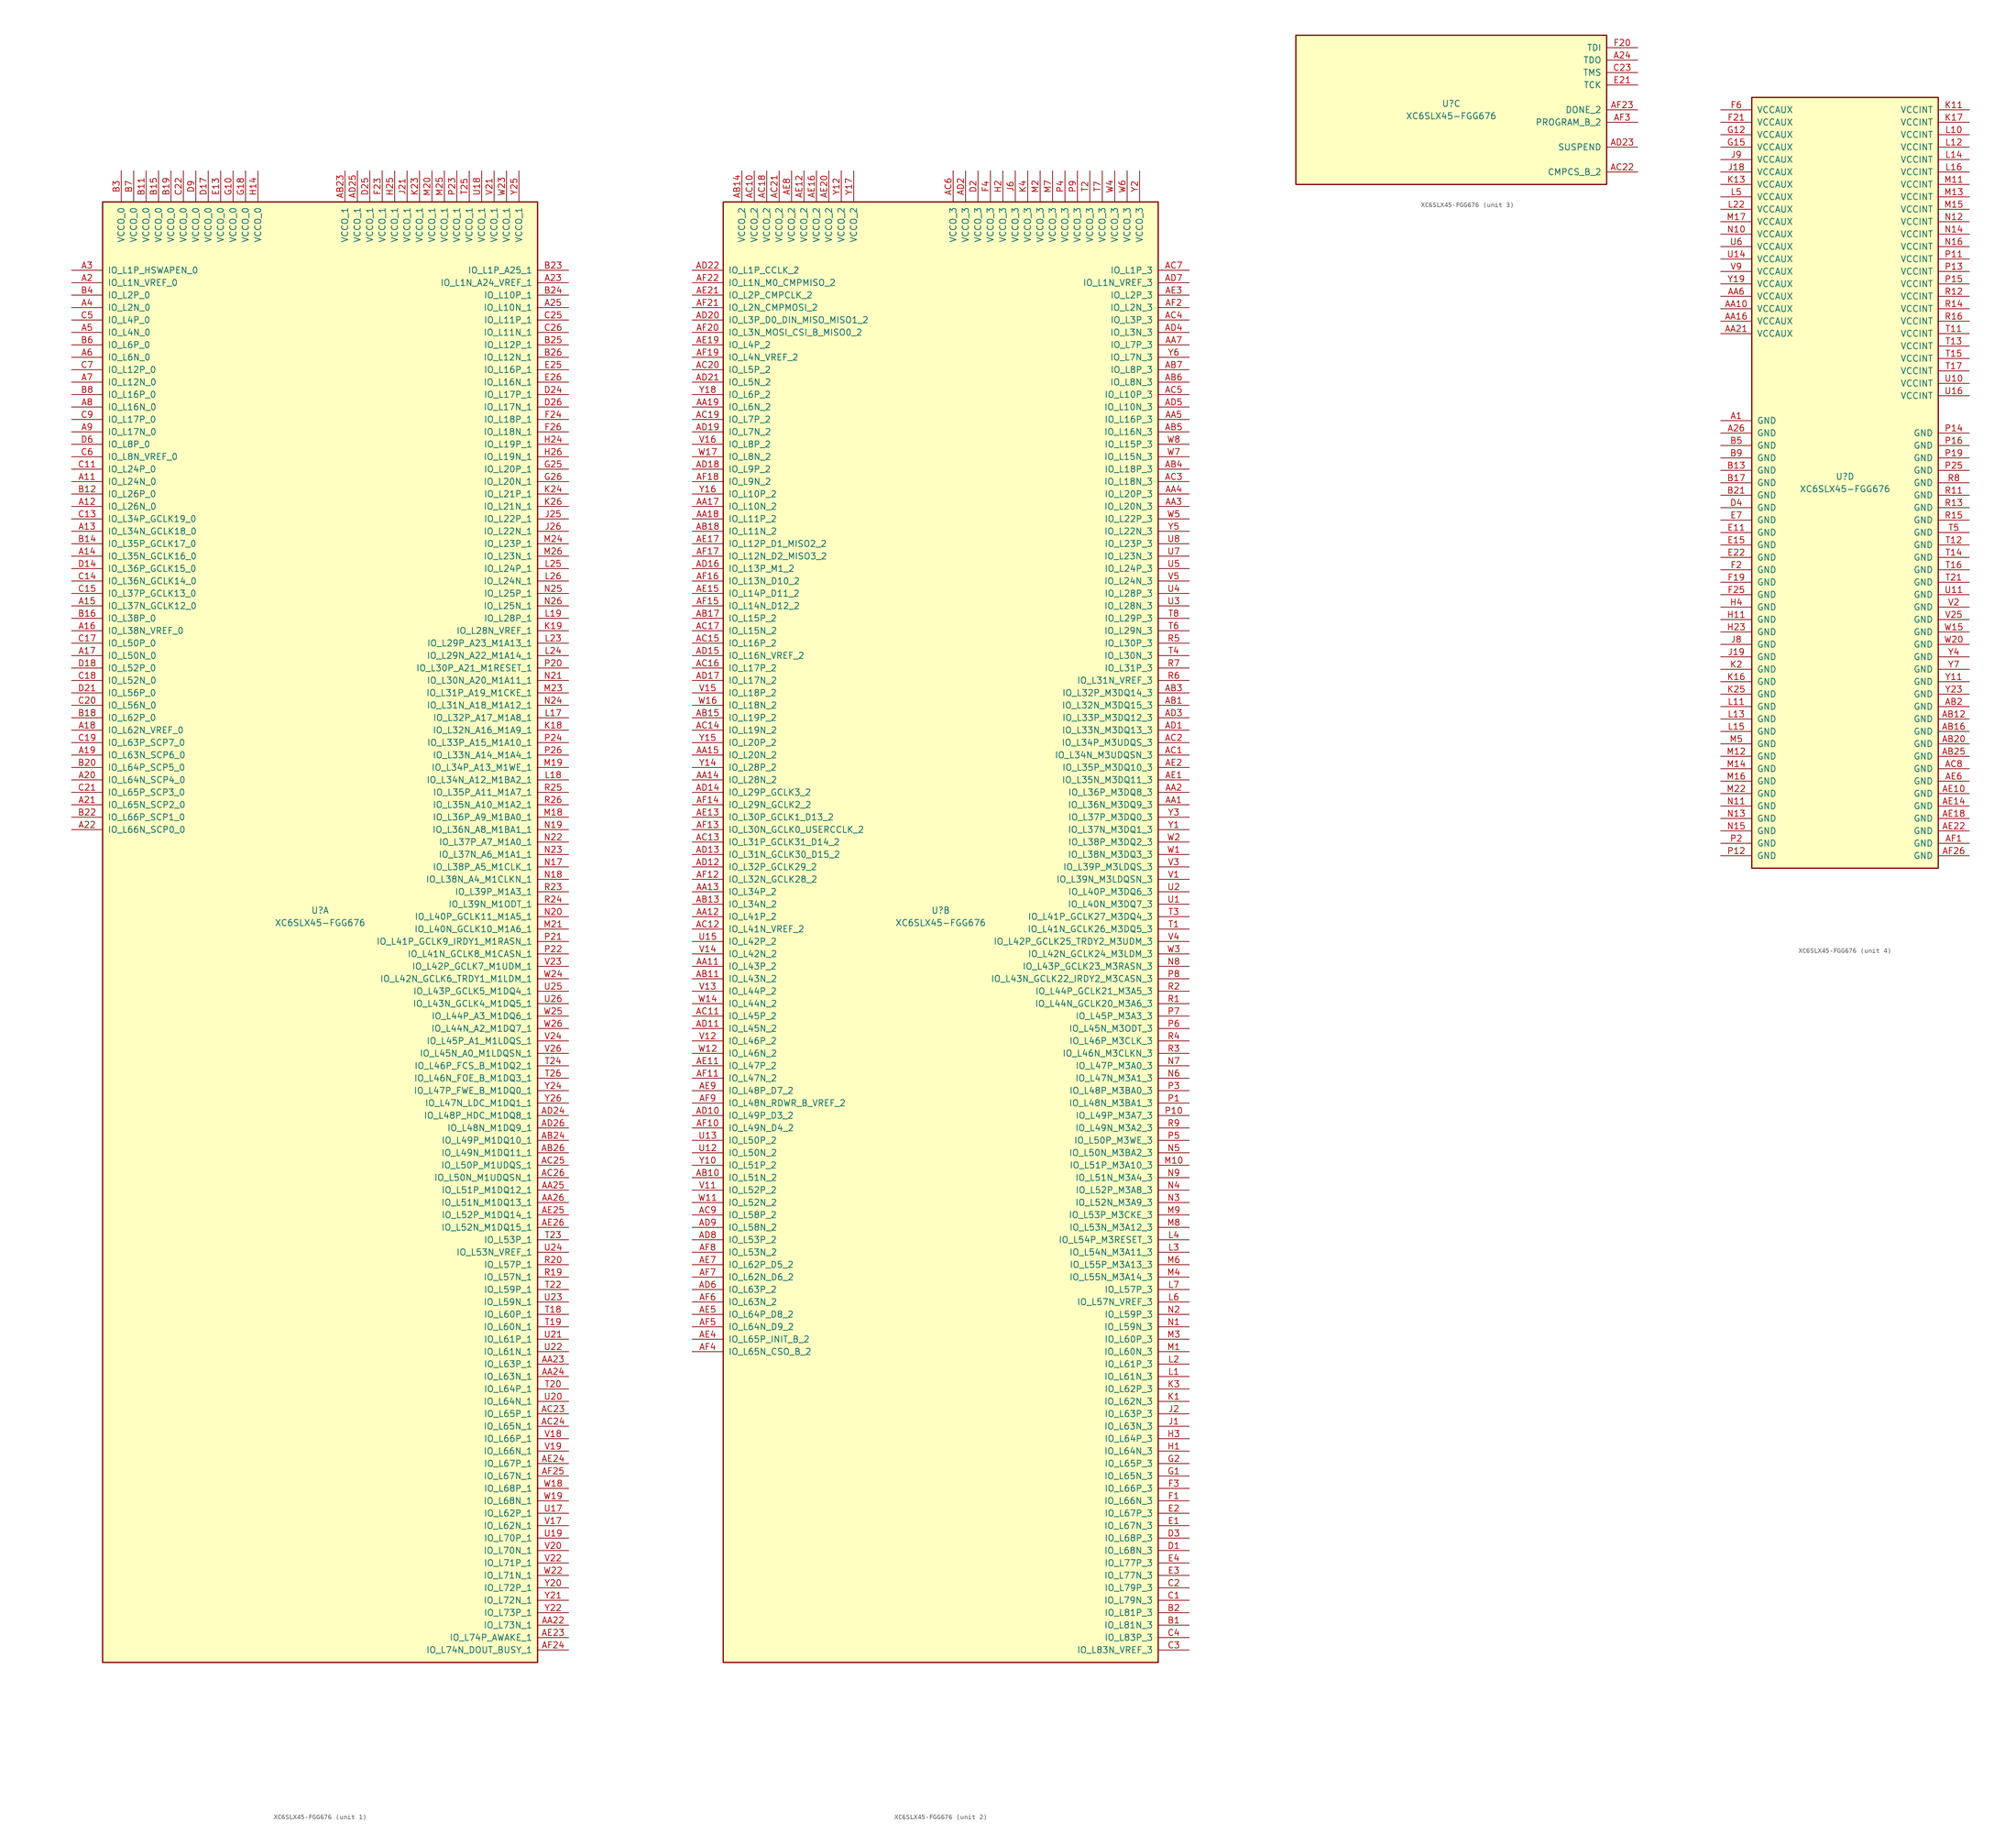
<source format=kicad_sym>
(kicad_symbol_lib
  (version 20201005)
  (generator kicad_symbol_editor)
  (symbol "XC6SLX45-FGG676"
    (pin_names
      (offset 1.016))
    (property "Reference" "U"
      (at 0 1.27 0)
      (effects (font (size 1.27 1.27))))
    (property "Value" "XC6SLX45-FGG676"
      (at 0 -1.27 0)
      (effects (font (size 1.27 1.27))))
    (property "Datasheet" ""
      (at 0 0 0)
      (effects (font (size 1.27 1.27))))
    (property "ki_locked" ""
      (at 0 0 0)
      (effects (font (size 1.27 1.27))))
    (symbol "XC6SLX45-FGG676_1_1"
      (rectangle (start -44.45 146.05) (end 44.45 -152.4) (stroke (width 0.254)) (fill (type background)))
      (pin power_in line (at -40.64 152.4 270) (length 6.35) (name "VCCO_0" (effects (font (size 1.27 1.27)))) (number "B3" (effects (font (size 1.27 1.27)))))
      (pin power_in line (at -38.1 152.4 270) (length 6.35) (name "VCCO_0" (effects (font (size 1.27 1.27)))) (number "B7" (effects (font (size 1.27 1.27)))))
      (pin power_in line (at -35.56 152.4 270) (length 6.35) (name "VCCO_0" (effects (font (size 1.27 1.27)))) (number "B11" (effects (font (size 1.27 1.27)))))
      (pin power_in line (at -33.02 152.4 270) (length 6.35) (name "VCCO_0" (effects (font (size 1.27 1.27)))) (number "B15" (effects (font (size 1.27 1.27)))))
      (pin power_in line (at -30.48 152.4 270) (length 6.35) (name "VCCO_0" (effects (font (size 1.27 1.27)))) (number "B19" (effects (font (size 1.27 1.27)))))
      (pin power_in line (at -27.94 152.4 270) (length 6.35) (name "VCCO_0" (effects (font (size 1.27 1.27)))) (number "C22" (effects (font (size 1.27 1.27)))))
      (pin power_in line (at -25.4 152.4 270) (length 6.35) (name "VCCO_0" (effects (font (size 1.27 1.27)))) (number "D9" (effects (font (size 1.27 1.27)))))
      (pin power_in line (at -22.86 152.4 270) (length 6.35) (name "VCCO_0" (effects (font (size 1.27 1.27)))) (number "D17" (effects (font (size 1.27 1.27)))))
      (pin power_in line (at -20.32 152.4 270) (length 6.35) (name "VCCO_0" (effects (font (size 1.27 1.27)))) (number "E13" (effects (font (size 1.27 1.27)))))
      (pin power_in line (at -17.78 152.4 270) (length 6.35) (name "VCCO_0" (effects (font (size 1.27 1.27)))) (number "G10" (effects (font (size 1.27 1.27)))))
      (pin power_in line (at -15.24 152.4 270) (length 6.35) (name "VCCO_0" (effects (font (size 1.27 1.27)))) (number "G18" (effects (font (size 1.27 1.27)))))
      (pin power_in line (at -12.7 152.4 270) (length 6.35) (name "VCCO_0" (effects (font (size 1.27 1.27)))) (number "H14" (effects (font (size 1.27 1.27)))))
      (pin bidirectional line (at -50.8 132.08 0) (length 6.35) (name "IO_L1P_HSWAPEN_0" (effects (font (size 1.27 1.27)))) (number "A3" (effects (font (size 1.27 1.27)))))
      (pin bidirectional line (at -50.8 129.54 0) (length 6.35) (name "IO_L1N_VREF_0" (effects (font (size 1.27 1.27)))) (number "A2" (effects (font (size 1.27 1.27)))))
      (pin bidirectional line (at -50.8 127 0) (length 6.35) (name "IO_L2P_0" (effects (font (size 1.27 1.27)))) (number "B4" (effects (font (size 1.27 1.27)))))
      (pin bidirectional line (at -50.8 124.46 0) (length 6.35) (name "IO_L2N_0" (effects (font (size 1.27 1.27)))) (number "A4" (effects (font (size 1.27 1.27)))))
      (pin bidirectional line (at -50.8 121.92 0) (length 6.35) (name "IO_L4P_0" (effects (font (size 1.27 1.27)))) (number "C5" (effects (font (size 1.27 1.27)))))
      (pin bidirectional line (at -50.8 119.38 0) (length 6.35) (name "IO_L4N_0" (effects (font (size 1.27 1.27)))) (number "A5" (effects (font (size 1.27 1.27)))))
      (pin bidirectional line (at -50.8 116.84 0) (length 6.35) (name "IO_L6P_0" (effects (font (size 1.27 1.27)))) (number "B6" (effects (font (size 1.27 1.27)))))
      (pin bidirectional line (at -50.8 114.3 0) (length 6.35) (name "IO_L6N_0" (effects (font (size 1.27 1.27)))) (number "A6" (effects (font (size 1.27 1.27)))))
      (pin bidirectional line (at -50.8 111.76 0) (length 6.35) (name "IO_L12P_0" (effects (font (size 1.27 1.27)))) (number "C7" (effects (font (size 1.27 1.27)))))
      (pin bidirectional line (at -50.8 109.22 0) (length 6.35) (name "IO_L12N_0" (effects (font (size 1.27 1.27)))) (number "A7" (effects (font (size 1.27 1.27)))))
      (pin bidirectional line (at -50.8 106.68 0) (length 6.35) (name "IO_L16P_0" (effects (font (size 1.27 1.27)))) (number "B8" (effects (font (size 1.27 1.27)))))
      (pin bidirectional line (at -50.8 104.14 0) (length 6.35) (name "IO_L16N_0" (effects (font (size 1.27 1.27)))) (number "A8" (effects (font (size 1.27 1.27)))))
      (pin bidirectional line (at -50.8 101.6 0) (length 6.35) (name "IO_L17P_0" (effects (font (size 1.27 1.27)))) (number "C9" (effects (font (size 1.27 1.27)))))
      (pin bidirectional line (at -50.8 99.06 0) (length 6.35) (name "IO_L17N_0" (effects (font (size 1.27 1.27)))) (number "A9" (effects (font (size 1.27 1.27)))))
      (pin bidirectional line (at -50.8 96.52 0) (length 6.35) (name "IO_L8P_0" (effects (font (size 1.27 1.27)))) (number "D6" (effects (font (size 1.27 1.27)))))
      (pin bidirectional line (at -50.8 93.98 0) (length 6.35) (name "IO_L8N_VREF_0" (effects (font (size 1.27 1.27)))) (number "C6" (effects (font (size 1.27 1.27)))))
      (pin bidirectional line (at -50.8 91.44 0) (length 6.35) (name "IO_L24P_0" (effects (font (size 1.27 1.27)))) (number "C11" (effects (font (size 1.27 1.27)))))
      (pin bidirectional line (at -50.8 88.9 0) (length 6.35) (name "IO_L24N_0" (effects (font (size 1.27 1.27)))) (number "A11" (effects (font (size 1.27 1.27)))))
      (pin bidirectional line (at -50.8 86.36 0) (length 6.35) (name "IO_L26P_0" (effects (font (size 1.27 1.27)))) (number "B12" (effects (font (size 1.27 1.27)))))
      (pin bidirectional line (at -50.8 83.82 0) (length 6.35) (name "IO_L26N_0" (effects (font (size 1.27 1.27)))) (number "A12" (effects (font (size 1.27 1.27)))))
      (pin bidirectional line (at -50.8 81.28 0) (length 6.35) (name "IO_L34P_GCLK19_0" (effects (font (size 1.27 1.27)))) (number "C13" (effects (font (size 1.27 1.27)))))
      (pin bidirectional line (at -50.8 78.74 0) (length 6.35) (name "IO_L34N_GCLK18_0" (effects (font (size 1.27 1.27)))) (number "A13" (effects (font (size 1.27 1.27)))))
      (pin bidirectional line (at -50.8 76.2 0) (length 6.35) (name "IO_L35P_GCLK17_0" (effects (font (size 1.27 1.27)))) (number "B14" (effects (font (size 1.27 1.27)))))
      (pin bidirectional line (at -50.8 73.66 0) (length 6.35) (name "IO_L35N_GCLK16_0" (effects (font (size 1.27 1.27)))) (number "A14" (effects (font (size 1.27 1.27)))))
      (pin bidirectional line (at -50.8 71.12 0) (length 6.35) (name "IO_L36P_GCLK15_0" (effects (font (size 1.27 1.27)))) (number "D14" (effects (font (size 1.27 1.27)))))
      (pin bidirectional line (at -50.8 68.58 0) (length 6.35) (name "IO_L36N_GCLK14_0" (effects (font (size 1.27 1.27)))) (number "C14" (effects (font (size 1.27 1.27)))))
      (pin bidirectional line (at -50.8 66.04 0) (length 6.35) (name "IO_L37P_GCLK13_0" (effects (font (size 1.27 1.27)))) (number "C15" (effects (font (size 1.27 1.27)))))
      (pin bidirectional line (at -50.8 63.5 0) (length 6.35) (name "IO_L37N_GCLK12_0" (effects (font (size 1.27 1.27)))) (number "A15" (effects (font (size 1.27 1.27)))))
      (pin bidirectional line (at -50.8 60.96 0) (length 6.35) (name "IO_L38P_0" (effects (font (size 1.27 1.27)))) (number "B16" (effects (font (size 1.27 1.27)))))
      (pin bidirectional line (at -50.8 58.42 0) (length 6.35) (name "IO_L38N_VREF_0" (effects (font (size 1.27 1.27)))) (number "A16" (effects (font (size 1.27 1.27)))))
      (pin bidirectional line (at -50.8 55.88 0) (length 6.35) (name "IO_L50P_0" (effects (font (size 1.27 1.27)))) (number "C17" (effects (font (size 1.27 1.27)))))
      (pin bidirectional line (at -50.8 53.34 0) (length 6.35) (name "IO_L50N_0" (effects (font (size 1.27 1.27)))) (number "A17" (effects (font (size 1.27 1.27)))))
      (pin bidirectional line (at -50.8 50.8 0) (length 6.35) (name "IO_L52P_0" (effects (font (size 1.27 1.27)))) (number "D18" (effects (font (size 1.27 1.27)))))
      (pin bidirectional line (at -50.8 48.26 0) (length 6.35) (name "IO_L52N_0" (effects (font (size 1.27 1.27)))) (number "C18" (effects (font (size 1.27 1.27)))))
      (pin bidirectional line (at -50.8 45.72 0) (length 6.35) (name "IO_L56P_0" (effects (font (size 1.27 1.27)))) (number "D21" (effects (font (size 1.27 1.27)))))
      (pin bidirectional line (at -50.8 43.18 0) (length 6.35) (name "IO_L56N_0" (effects (font (size 1.27 1.27)))) (number "C20" (effects (font (size 1.27 1.27)))))
      (pin bidirectional line (at -50.8 40.64 0) (length 6.35) (name "IO_L62P_0" (effects (font (size 1.27 1.27)))) (number "B18" (effects (font (size 1.27 1.27)))))
      (pin bidirectional line (at -50.8 38.1 0) (length 6.35) (name "IO_L62N_VREF_0" (effects (font (size 1.27 1.27)))) (number "A18" (effects (font (size 1.27 1.27)))))
      (pin bidirectional line (at -50.8 35.56 0) (length 6.35) (name "IO_L63P_SCP7_0" (effects (font (size 1.27 1.27)))) (number "C19" (effects (font (size 1.27 1.27)))))
      (pin bidirectional line (at -50.8 33.02 0) (length 6.35) (name "IO_L63N_SCP6_0" (effects (font (size 1.27 1.27)))) (number "A19" (effects (font (size 1.27 1.27)))))
      (pin bidirectional line (at -50.8 30.48 0) (length 6.35) (name "IO_L64P_SCP5_0" (effects (font (size 1.27 1.27)))) (number "B20" (effects (font (size 1.27 1.27)))))
      (pin bidirectional line (at -50.8 27.94 0) (length 6.35) (name "IO_L64N_SCP4_0" (effects (font (size 1.27 1.27)))) (number "A20" (effects (font (size 1.27 1.27)))))
      (pin bidirectional line (at -50.8 25.4 0) (length 6.35) (name "IO_L65P_SCP3_0" (effects (font (size 1.27 1.27)))) (number "C21" (effects (font (size 1.27 1.27)))))
      (pin bidirectional line (at -50.8 22.86 0) (length 6.35) (name "IO_L65N_SCP2_0" (effects (font (size 1.27 1.27)))) (number "A21" (effects (font (size 1.27 1.27)))))
      (pin bidirectional line (at -50.8 20.32 0) (length 6.35) (name "IO_L66P_SCP1_0" (effects (font (size 1.27 1.27)))) (number "B22" (effects (font (size 1.27 1.27)))))
      (pin bidirectional line (at -50.8 17.78 0) (length 6.35) (name "IO_L66N_SCP0_0" (effects (font (size 1.27 1.27)))) (number "A22" (effects (font (size 1.27 1.27)))))
      (pin power_in line (at 5.08 152.4 270) (length 6.35) (name "VCCO_1" (effects (font (size 1.27 1.27)))) (number "AB23" (effects (font (size 1.27 1.27)))))
      (pin power_in line (at 7.62 152.4 270) (length 6.35) (name "VCCO_1" (effects (font (size 1.27 1.27)))) (number "AD25" (effects (font (size 1.27 1.27)))))
      (pin power_in line (at 10.16 152.4 270) (length 6.35) (name "VCCO_1" (effects (font (size 1.27 1.27)))) (number "D25" (effects (font (size 1.27 1.27)))))
      (pin power_in line (at 12.7 152.4 270) (length 6.35) (name "VCCO_1" (effects (font (size 1.27 1.27)))) (number "F23" (effects (font (size 1.27 1.27)))))
      (pin power_in line (at 15.24 152.4 270) (length 6.35) (name "VCCO_1" (effects (font (size 1.27 1.27)))) (number "H25" (effects (font (size 1.27 1.27)))))
      (pin power_in line (at 17.78 152.4 270) (length 6.35) (name "VCCO_1" (effects (font (size 1.27 1.27)))) (number "J21" (effects (font (size 1.27 1.27)))))
      (pin power_in line (at 20.32 152.4 270) (length 6.35) (name "VCCO_1" (effects (font (size 1.27 1.27)))) (number "K23" (effects (font (size 1.27 1.27)))))
      (pin power_in line (at 22.86 152.4 270) (length 6.35) (name "VCCO_1" (effects (font (size 1.27 1.27)))) (number "M20" (effects (font (size 1.27 1.27)))))
      (pin power_in line (at 25.4 152.4 270) (length 6.35) (name "VCCO_1" (effects (font (size 1.27 1.27)))) (number "M25" (effects (font (size 1.27 1.27)))))
      (pin power_in line (at 27.94 152.4 270) (length 6.35) (name "VCCO_1" (effects (font (size 1.27 1.27)))) (number "P23" (effects (font (size 1.27 1.27)))))
      (pin power_in line (at 30.48 152.4 270) (length 6.35) (name "VCCO_1" (effects (font (size 1.27 1.27)))) (number "T25" (effects (font (size 1.27 1.27)))))
      (pin power_in line (at 33.02 152.4 270) (length 6.35) (name "VCCO_1" (effects (font (size 1.27 1.27)))) (number "U18" (effects (font (size 1.27 1.27)))))
      (pin power_in line (at 35.56 152.4 270) (length 6.35) (name "VCCO_1" (effects (font (size 1.27 1.27)))) (number "V21" (effects (font (size 1.27 1.27)))))
      (pin power_in line (at 38.1 152.4 270) (length 6.35) (name "VCCO_1" (effects (font (size 1.27 1.27)))) (number "W23" (effects (font (size 1.27 1.27)))))
      (pin power_in line (at 40.64 152.4 270) (length 6.35) (name "VCCO_1" (effects (font (size 1.27 1.27)))) (number "Y25" (effects (font (size 1.27 1.27)))))
      (pin bidirectional line (at 50.8 132.08 180) (length 6.35) (name "IO_L1P_A25_1" (effects (font (size 1.27 1.27)))) (number "B23" (effects (font (size 1.27 1.27)))))
      (pin bidirectional line (at 50.8 129.54 180) (length 6.35) (name "IO_L1N_A24_VREF_1" (effects (font (size 1.27 1.27)))) (number "A23" (effects (font (size 1.27 1.27)))))
      (pin bidirectional line (at 50.8 127 180) (length 6.35) (name "IO_L10P_1" (effects (font (size 1.27 1.27)))) (number "B24" (effects (font (size 1.27 1.27)))))
      (pin bidirectional line (at 50.8 124.46 180) (length 6.35) (name "IO_L10N_1" (effects (font (size 1.27 1.27)))) (number "A25" (effects (font (size 1.27 1.27)))))
      (pin bidirectional line (at 50.8 121.92 180) (length 6.35) (name "IO_L11P_1" (effects (font (size 1.27 1.27)))) (number "C25" (effects (font (size 1.27 1.27)))))
      (pin bidirectional line (at 50.8 119.38 180) (length 6.35) (name "IO_L11N_1" (effects (font (size 1.27 1.27)))) (number "C26" (effects (font (size 1.27 1.27)))))
      (pin bidirectional line (at 50.8 116.84 180) (length 6.35) (name "IO_L12P_1" (effects (font (size 1.27 1.27)))) (number "B25" (effects (font (size 1.27 1.27)))))
      (pin bidirectional line (at 50.8 114.3 180) (length 6.35) (name "IO_L12N_1" (effects (font (size 1.27 1.27)))) (number "B26" (effects (font (size 1.27 1.27)))))
      (pin bidirectional line (at 50.8 111.76 180) (length 6.35) (name "IO_L16P_1" (effects (font (size 1.27 1.27)))) (number "E25" (effects (font (size 1.27 1.27)))))
      (pin bidirectional line (at 50.8 109.22 180) (length 6.35) (name "IO_L16N_1" (effects (font (size 1.27 1.27)))) (number "E26" (effects (font (size 1.27 1.27)))))
      (pin bidirectional line (at 50.8 106.68 180) (length 6.35) (name "IO_L17P_1" (effects (font (size 1.27 1.27)))) (number "D24" (effects (font (size 1.27 1.27)))))
      (pin bidirectional line (at 50.8 104.14 180) (length 6.35) (name "IO_L17N_1" (effects (font (size 1.27 1.27)))) (number "D26" (effects (font (size 1.27 1.27)))))
      (pin bidirectional line (at 50.8 101.6 180) (length 6.35) (name "IO_L18P_1" (effects (font (size 1.27 1.27)))) (number "F24" (effects (font (size 1.27 1.27)))))
      (pin bidirectional line (at 50.8 99.06 180) (length 6.35) (name "IO_L18N_1" (effects (font (size 1.27 1.27)))) (number "F26" (effects (font (size 1.27 1.27)))))
      (pin bidirectional line (at 50.8 96.52 180) (length 6.35) (name "IO_L19P_1" (effects (font (size 1.27 1.27)))) (number "H24" (effects (font (size 1.27 1.27)))))
      (pin bidirectional line (at 50.8 93.98 180) (length 6.35) (name "IO_L19N_1" (effects (font (size 1.27 1.27)))) (number "H26" (effects (font (size 1.27 1.27)))))
      (pin bidirectional line (at 50.8 91.44 180) (length 6.35) (name "IO_L20P_1" (effects (font (size 1.27 1.27)))) (number "G25" (effects (font (size 1.27 1.27)))))
      (pin bidirectional line (at 50.8 88.9 180) (length 6.35) (name "IO_L20N_1" (effects (font (size 1.27 1.27)))) (number "G26" (effects (font (size 1.27 1.27)))))
      (pin bidirectional line (at 50.8 86.36 180) (length 6.35) (name "IO_L21P_1" (effects (font (size 1.27 1.27)))) (number "K24" (effects (font (size 1.27 1.27)))))
      (pin bidirectional line (at 50.8 83.82 180) (length 6.35) (name "IO_L21N_1" (effects (font (size 1.27 1.27)))) (number "K26" (effects (font (size 1.27 1.27)))))
      (pin bidirectional line (at 50.8 81.28 180) (length 6.35) (name "IO_L22P_1" (effects (font (size 1.27 1.27)))) (number "J25" (effects (font (size 1.27 1.27)))))
      (pin bidirectional line (at 50.8 78.74 180) (length 6.35) (name "IO_L22N_1" (effects (font (size 1.27 1.27)))) (number "J26" (effects (font (size 1.27 1.27)))))
      (pin bidirectional line (at 50.8 76.2 180) (length 6.35) (name "IO_L23P_1" (effects (font (size 1.27 1.27)))) (number "M24" (effects (font (size 1.27 1.27)))))
      (pin bidirectional line (at 50.8 73.66 180) (length 6.35) (name "IO_L23N_1" (effects (font (size 1.27 1.27)))) (number "M26" (effects (font (size 1.27 1.27)))))
      (pin bidirectional line (at 50.8 71.12 180) (length 6.35) (name "IO_L24P_1" (effects (font (size 1.27 1.27)))) (number "L25" (effects (font (size 1.27 1.27)))))
      (pin bidirectional line (at 50.8 68.58 180) (length 6.35) (name "IO_L24N_1" (effects (font (size 1.27 1.27)))) (number "L26" (effects (font (size 1.27 1.27)))))
      (pin bidirectional line (at 50.8 66.04 180) (length 6.35) (name "IO_L25P_1" (effects (font (size 1.27 1.27)))) (number "N25" (effects (font (size 1.27 1.27)))))
      (pin bidirectional line (at 50.8 63.5 180) (length 6.35) (name "IO_L25N_1" (effects (font (size 1.27 1.27)))) (number "N26" (effects (font (size 1.27 1.27)))))
      (pin bidirectional line (at 50.8 60.96 180) (length 6.35) (name "IO_L28P_1" (effects (font (size 1.27 1.27)))) (number "L19" (effects (font (size 1.27 1.27)))))
      (pin bidirectional line (at 50.8 58.42 180) (length 6.35) (name "IO_L28N_VREF_1" (effects (font (size 1.27 1.27)))) (number "K19" (effects (font (size 1.27 1.27)))))
      (pin bidirectional line (at 50.8 55.88 180) (length 6.35) (name "IO_L29P_A23_M1A13_1" (effects (font (size 1.27 1.27)))) (number "L23" (effects (font (size 1.27 1.27)))))
      (pin bidirectional line (at 50.8 53.34 180) (length 6.35) (name "IO_L29N_A22_M1A14_1" (effects (font (size 1.27 1.27)))) (number "L24" (effects (font (size 1.27 1.27)))))
      (pin bidirectional line (at 50.8 50.8 180) (length 6.35) (name "IO_L30P_A21_M1RESET_1" (effects (font (size 1.27 1.27)))) (number "P20" (effects (font (size 1.27 1.27)))))
      (pin bidirectional line (at 50.8 48.26 180) (length 6.35) (name "IO_L30N_A20_M1A11_1" (effects (font (size 1.27 1.27)))) (number "N21" (effects (font (size 1.27 1.27)))))
      (pin bidirectional line (at 50.8 45.72 180) (length 6.35) (name "IO_L31P_A19_M1CKE_1" (effects (font (size 1.27 1.27)))) (number "M23" (effects (font (size 1.27 1.27)))))
      (pin bidirectional line (at 50.8 43.18 180) (length 6.35) (name "IO_L31N_A18_M1A12_1" (effects (font (size 1.27 1.27)))) (number "N24" (effects (font (size 1.27 1.27)))))
      (pin bidirectional line (at 50.8 40.64 180) (length 6.35) (name "IO_L32P_A17_M1A8_1" (effects (font (size 1.27 1.27)))) (number "L17" (effects (font (size 1.27 1.27)))))
      (pin bidirectional line (at 50.8 38.1 180) (length 6.35) (name "IO_L32N_A16_M1A9_1" (effects (font (size 1.27 1.27)))) (number "K18" (effects (font (size 1.27 1.27)))))
      (pin bidirectional line (at 50.8 35.56 180) (length 6.35) (name "IO_L33P_A15_M1A10_1" (effects (font (size 1.27 1.27)))) (number "P24" (effects (font (size 1.27 1.27)))))
      (pin bidirectional line (at 50.8 33.02 180) (length 6.35) (name "IO_L33N_A14_M1A4_1" (effects (font (size 1.27 1.27)))) (number "P26" (effects (font (size 1.27 1.27)))))
      (pin bidirectional line (at 50.8 30.48 180) (length 6.35) (name "IO_L34P_A13_M1WE_1" (effects (font (size 1.27 1.27)))) (number "M19" (effects (font (size 1.27 1.27)))))
      (pin bidirectional line (at 50.8 27.94 180) (length 6.35) (name "IO_L34N_A12_M1BA2_1" (effects (font (size 1.27 1.27)))) (number "L18" (effects (font (size 1.27 1.27)))))
      (pin bidirectional line (at 50.8 25.4 180) (length 6.35) (name "IO_L35P_A11_M1A7_1" (effects (font (size 1.27 1.27)))) (number "R25" (effects (font (size 1.27 1.27)))))
      (pin bidirectional line (at 50.8 22.86 180) (length 6.35) (name "IO_L35N_A10_M1A2_1" (effects (font (size 1.27 1.27)))) (number "R26" (effects (font (size 1.27 1.27)))))
      (pin bidirectional line (at 50.8 20.32 180) (length 6.35) (name "IO_L36P_A9_M1BA0_1" (effects (font (size 1.27 1.27)))) (number "M18" (effects (font (size 1.27 1.27)))))
      (pin bidirectional line (at 50.8 17.78 180) (length 6.35) (name "IO_L36N_A8_M1BA1_1" (effects (font (size 1.27 1.27)))) (number "N19" (effects (font (size 1.27 1.27)))))
      (pin bidirectional line (at 50.8 15.24 180) (length 6.35) (name "IO_L37P_A7_M1A0_1" (effects (font (size 1.27 1.27)))) (number "N22" (effects (font (size 1.27 1.27)))))
      (pin bidirectional line (at 50.8 12.7 180) (length 6.35) (name "IO_L37N_A6_M1A1_1" (effects (font (size 1.27 1.27)))) (number "N23" (effects (font (size 1.27 1.27)))))
      (pin bidirectional line (at 50.8 10.16 180) (length 6.35) (name "IO_L38P_A5_M1CLK_1" (effects (font (size 1.27 1.27)))) (number "N17" (effects (font (size 1.27 1.27)))))
      (pin bidirectional line (at 50.8 7.62 180) (length 6.35) (name "IO_L38N_A4_M1CLKN_1" (effects (font (size 1.27 1.27)))) (number "N18" (effects (font (size 1.27 1.27)))))
      (pin bidirectional line (at 50.8 5.08 180) (length 6.35) (name "IO_L39P_M1A3_1" (effects (font (size 1.27 1.27)))) (number "R23" (effects (font (size 1.27 1.27)))))
      (pin bidirectional line (at 50.8 2.54 180) (length 6.35) (name "IO_L39N_M1ODT_1" (effects (font (size 1.27 1.27)))) (number "R24" (effects (font (size 1.27 1.27)))))
      (pin bidirectional line (at 50.8 0 180) (length 6.35) (name "IO_L40P_GCLK11_M1A5_1" (effects (font (size 1.27 1.27)))) (number "N20" (effects (font (size 1.27 1.27)))))
      (pin bidirectional line (at 50.8 -2.54 180) (length 6.35) (name "IO_L40N_GCLK10_M1A6_1" (effects (font (size 1.27 1.27)))) (number "M21" (effects (font (size 1.27 1.27)))))
      (pin bidirectional line (at 50.8 -5.08 180) (length 6.35) (name "IO_L41P_GCLK9_IRDY1_M1RASN_1" (effects (font (size 1.27 1.27)))) (number "P21" (effects (font (size 1.27 1.27)))))
      (pin bidirectional line (at 50.8 -7.62 180) (length 6.35) (name "IO_L41N_GCLK8_M1CASN_1" (effects (font (size 1.27 1.27)))) (number "P22" (effects (font (size 1.27 1.27)))))
      (pin bidirectional line (at 50.8 -10.16 180) (length 6.35) (name "IO_L42P_GCLK7_M1UDM_1" (effects (font (size 1.27 1.27)))) (number "V23" (effects (font (size 1.27 1.27)))))
      (pin bidirectional line (at 50.8 -12.7 180) (length 6.35) (name "IO_L42N_GCLK6_TRDY1_M1LDM_1" (effects (font (size 1.27 1.27)))) (number "W24" (effects (font (size 1.27 1.27)))))
      (pin bidirectional line (at 50.8 -15.24 180) (length 6.35) (name "IO_L43P_GCLK5_M1DQ4_1" (effects (font (size 1.27 1.27)))) (number "U25" (effects (font (size 1.27 1.27)))))
      (pin bidirectional line (at 50.8 -17.78 180) (length 6.35) (name "IO_L43N_GCLK4_M1DQ5_1" (effects (font (size 1.27 1.27)))) (number "U26" (effects (font (size 1.27 1.27)))))
      (pin bidirectional line (at 50.8 -20.32 180) (length 6.35) (name "IO_L44P_A3_M1DQ6_1" (effects (font (size 1.27 1.27)))) (number "W25" (effects (font (size 1.27 1.27)))))
      (pin bidirectional line (at 50.8 -22.86 180) (length 6.35) (name "IO_L44N_A2_M1DQ7_1" (effects (font (size 1.27 1.27)))) (number "W26" (effects (font (size 1.27 1.27)))))
      (pin bidirectional line (at 50.8 -25.4 180) (length 6.35) (name "IO_L45P_A1_M1LDQS_1" (effects (font (size 1.27 1.27)))) (number "V24" (effects (font (size 1.27 1.27)))))
      (pin bidirectional line (at 50.8 -27.94 180) (length 6.35) (name "IO_L45N_A0_M1LDQSN_1" (effects (font (size 1.27 1.27)))) (number "V26" (effects (font (size 1.27 1.27)))))
      (pin bidirectional line (at 50.8 -30.48 180) (length 6.35) (name "IO_L46P_FCS_B_M1DQ2_1" (effects (font (size 1.27 1.27)))) (number "T24" (effects (font (size 1.27 1.27)))))
      (pin bidirectional line (at 50.8 -33.02 180) (length 6.35) (name "IO_L46N_FOE_B_M1DQ3_1" (effects (font (size 1.27 1.27)))) (number "T26" (effects (font (size 1.27 1.27)))))
      (pin bidirectional line (at 50.8 -35.56 180) (length 6.35) (name "IO_L47P_FWE_B_M1DQ0_1" (effects (font (size 1.27 1.27)))) (number "Y24" (effects (font (size 1.27 1.27)))))
      (pin bidirectional line (at 50.8 -38.1 180) (length 6.35) (name "IO_L47N_LDC_M1DQ1_1" (effects (font (size 1.27 1.27)))) (number "Y26" (effects (font (size 1.27 1.27)))))
      (pin bidirectional line (at 50.8 -40.64 180) (length 6.35) (name "IO_L48P_HDC_M1DQ8_1" (effects (font (size 1.27 1.27)))) (number "AD24" (effects (font (size 1.27 1.27)))))
      (pin bidirectional line (at 50.8 -43.18 180) (length 6.35) (name "IO_L48N_M1DQ9_1" (effects (font (size 1.27 1.27)))) (number "AD26" (effects (font (size 1.27 1.27)))))
      (pin bidirectional line (at 50.8 -45.72 180) (length 6.35) (name "IO_L49P_M1DQ10_1" (effects (font (size 1.27 1.27)))) (number "AB24" (effects (font (size 1.27 1.27)))))
      (pin bidirectional line (at 50.8 -48.26 180) (length 6.35) (name "IO_L49N_M1DQ11_1" (effects (font (size 1.27 1.27)))) (number "AB26" (effects (font (size 1.27 1.27)))))
      (pin bidirectional line (at 50.8 -50.8 180) (length 6.35) (name "IO_L50P_M1UDQS_1" (effects (font (size 1.27 1.27)))) (number "AC25" (effects (font (size 1.27 1.27)))))
      (pin bidirectional line (at 50.8 -53.34 180) (length 6.35) (name "IO_L50N_M1UDQSN_1" (effects (font (size 1.27 1.27)))) (number "AC26" (effects (font (size 1.27 1.27)))))
      (pin bidirectional line (at 50.8 -55.88 180) (length 6.35) (name "IO_L51P_M1DQ12_1" (effects (font (size 1.27 1.27)))) (number "AA25" (effects (font (size 1.27 1.27)))))
      (pin bidirectional line (at 50.8 -58.42 180) (length 6.35) (name "IO_L51N_M1DQ13_1" (effects (font (size 1.27 1.27)))) (number "AA26" (effects (font (size 1.27 1.27)))))
      (pin bidirectional line (at 50.8 -60.96 180) (length 6.35) (name "IO_L52P_M1DQ14_1" (effects (font (size 1.27 1.27)))) (number "AE25" (effects (font (size 1.27 1.27)))))
      (pin bidirectional line (at 50.8 -63.5 180) (length 6.35) (name "IO_L52N_M1DQ15_1" (effects (font (size 1.27 1.27)))) (number "AE26" (effects (font (size 1.27 1.27)))))
      (pin bidirectional line (at 50.8 -66.04 180) (length 6.35) (name "IO_L53P_1" (effects (font (size 1.27 1.27)))) (number "T23" (effects (font (size 1.27 1.27)))))
      (pin bidirectional line (at 50.8 -68.58 180) (length 6.35) (name "IO_L53N_VREF_1" (effects (font (size 1.27 1.27)))) (number "U24" (effects (font (size 1.27 1.27)))))
      (pin bidirectional line (at 50.8 -71.12 180) (length 6.35) (name "IO_L57P_1" (effects (font (size 1.27 1.27)))) (number "R20" (effects (font (size 1.27 1.27)))))
      (pin bidirectional line (at 50.8 -73.66 180) (length 6.35) (name "IO_L57N_1" (effects (font (size 1.27 1.27)))) (number "R19" (effects (font (size 1.27 1.27)))))
      (pin bidirectional line (at 50.8 -76.2 180) (length 6.35) (name "IO_L59P_1" (effects (font (size 1.27 1.27)))) (number "T22" (effects (font (size 1.27 1.27)))))
      (pin bidirectional line (at 50.8 -78.74 180) (length 6.35) (name "IO_L59N_1" (effects (font (size 1.27 1.27)))) (number "U23" (effects (font (size 1.27 1.27)))))
      (pin bidirectional line (at 50.8 -81.28 180) (length 6.35) (name "IO_L60P_1" (effects (font (size 1.27 1.27)))) (number "T18" (effects (font (size 1.27 1.27)))))
      (pin bidirectional line (at 50.8 -83.82 180) (length 6.35) (name "IO_L60N_1" (effects (font (size 1.27 1.27)))) (number "T19" (effects (font (size 1.27 1.27)))))
      (pin bidirectional line (at 50.8 -86.36 180) (length 6.35) (name "IO_L61P_1" (effects (font (size 1.27 1.27)))) (number "U21" (effects (font (size 1.27 1.27)))))
      (pin bidirectional line (at 50.8 -88.9 180) (length 6.35) (name "IO_L61N_1" (effects (font (size 1.27 1.27)))) (number "U22" (effects (font (size 1.27 1.27)))))
      (pin bidirectional line (at 50.8 -91.44 180) (length 6.35) (name "IO_L63P_1" (effects (font (size 1.27 1.27)))) (number "AA23" (effects (font (size 1.27 1.27)))))
      (pin bidirectional line (at 50.8 -93.98 180) (length 6.35) (name "IO_L63N_1" (effects (font (size 1.27 1.27)))) (number "AA24" (effects (font (size 1.27 1.27)))))
      (pin bidirectional line (at 50.8 -96.52 180) (length 6.35) (name "IO_L64P_1" (effects (font (size 1.27 1.27)))) (number "T20" (effects (font (size 1.27 1.27)))))
      (pin bidirectional line (at 50.8 -99.06 180) (length 6.35) (name "IO_L64N_1" (effects (font (size 1.27 1.27)))) (number "U20" (effects (font (size 1.27 1.27)))))
      (pin bidirectional line (at 50.8 -101.6 180) (length 6.35) (name "IO_L65P_1" (effects (font (size 1.27 1.27)))) (number "AC23" (effects (font (size 1.27 1.27)))))
      (pin bidirectional line (at 50.8 -104.14 180) (length 6.35) (name "IO_L65N_1" (effects (font (size 1.27 1.27)))) (number "AC24" (effects (font (size 1.27 1.27)))))
      (pin bidirectional line (at 50.8 -106.68 180) (length 6.35) (name "IO_L66P_1" (effects (font (size 1.27 1.27)))) (number "V18" (effects (font (size 1.27 1.27)))))
      (pin bidirectional line (at 50.8 -109.22 180) (length 6.35) (name "IO_L66N_1" (effects (font (size 1.27 1.27)))) (number "V19" (effects (font (size 1.27 1.27)))))
      (pin bidirectional line (at 50.8 -111.76 180) (length 6.35) (name "IO_L67P_1" (effects (font (size 1.27 1.27)))) (number "AE24" (effects (font (size 1.27 1.27)))))
      (pin bidirectional line (at 50.8 -114.3 180) (length 6.35) (name "IO_L67N_1" (effects (font (size 1.27 1.27)))) (number "AF25" (effects (font (size 1.27 1.27)))))
      (pin bidirectional line (at 50.8 -116.84 180) (length 6.35) (name "IO_L68P_1" (effects (font (size 1.27 1.27)))) (number "W18" (effects (font (size 1.27 1.27)))))
      (pin bidirectional line (at 50.8 -119.38 180) (length 6.35) (name "IO_L68N_1" (effects (font (size 1.27 1.27)))) (number "W19" (effects (font (size 1.27 1.27)))))
      (pin bidirectional line (at 50.8 -121.92 180) (length 6.35) (name "IO_L62P_1" (effects (font (size 1.27 1.27)))) (number "U17" (effects (font (size 1.27 1.27)))))
      (pin bidirectional line (at 50.8 -124.46 180) (length 6.35) (name "IO_L62N_1" (effects (font (size 1.27 1.27)))) (number "V17" (effects (font (size 1.27 1.27)))))
      (pin bidirectional line (at 50.8 -127 180) (length 6.35) (name "IO_L70P_1" (effects (font (size 1.27 1.27)))) (number "U19" (effects (font (size 1.27 1.27)))))
      (pin bidirectional line (at 50.8 -129.54 180) (length 6.35) (name "IO_L70N_1" (effects (font (size 1.27 1.27)))) (number "V20" (effects (font (size 1.27 1.27)))))
      (pin bidirectional line (at 50.8 -132.08 180) (length 6.35) (name "IO_L71P_1" (effects (font (size 1.27 1.27)))) (number "V22" (effects (font (size 1.27 1.27)))))
      (pin bidirectional line (at 50.8 -134.62 180) (length 6.35) (name "IO_L71N_1" (effects (font (size 1.27 1.27)))) (number "W22" (effects (font (size 1.27 1.27)))))
      (pin bidirectional line (at 50.8 -137.16 180) (length 6.35) (name "IO_L72P_1" (effects (font (size 1.27 1.27)))) (number "Y20" (effects (font (size 1.27 1.27)))))
      (pin bidirectional line (at 50.8 -139.7 180) (length 6.35) (name "IO_L72N_1" (effects (font (size 1.27 1.27)))) (number "Y21" (effects (font (size 1.27 1.27)))))
      (pin bidirectional line (at 50.8 -142.24 180) (length 6.35) (name "IO_L73P_1" (effects (font (size 1.27 1.27)))) (number "Y22" (effects (font (size 1.27 1.27)))))
      (pin bidirectional line (at 50.8 -144.78 180) (length 6.35) (name "IO_L73N_1" (effects (font (size 1.27 1.27)))) (number "AA22" (effects (font (size 1.27 1.27)))))
      (pin bidirectional line (at 50.8 -147.32 180) (length 6.35) (name "IO_L74P_AWAKE_1" (effects (font (size 1.27 1.27)))) (number "AE23" (effects (font (size 1.27 1.27)))))
      (pin bidirectional line (at 50.8 -149.86 180) (length 6.35) (name "IO_L74N_DOUT_BUSY_1" (effects (font (size 1.27 1.27)))) (number "AF24" (effects (font (size 1.27 1.27))))))
    (symbol "XC6SLX45-FGG676_2_1"
      (rectangle (start -44.45 146.05) (end 44.45 -152.4) (stroke (width 0.254)) (fill (type background)))
      (pin power_in line (at -40.64 152.4 270) (length 6.35) (name "VCCO_2" (effects (font (size 1.27 1.27)))) (number "AB14" (effects (font (size 1.27 1.27)))))
      (pin power_in line (at -38.1 152.4 270) (length 6.35) (name "VCCO_2" (effects (font (size 1.27 1.27)))) (number "AC10" (effects (font (size 1.27 1.27)))))
      (pin power_in line (at -35.56 152.4 270) (length 6.35) (name "VCCO_2" (effects (font (size 1.27 1.27)))) (number "AC18" (effects (font (size 1.27 1.27)))))
      (pin power_in line (at -33.02 152.4 270) (length 6.35) (name "VCCO_2" (effects (font (size 1.27 1.27)))) (number "AC21" (effects (font (size 1.27 1.27)))))
      (pin power_in line (at -30.48 152.4 270) (length 6.35) (name "VCCO_2" (effects (font (size 1.27 1.27)))) (number "AE8" (effects (font (size 1.27 1.27)))))
      (pin power_in line (at -27.94 152.4 270) (length 6.35) (name "VCCO_2" (effects (font (size 1.27 1.27)))) (number "AE12" (effects (font (size 1.27 1.27)))))
      (pin power_in line (at -25.4 152.4 270) (length 6.35) (name "VCCO_2" (effects (font (size 1.27 1.27)))) (number "AE16" (effects (font (size 1.27 1.27)))))
      (pin power_in line (at -22.86 152.4 270) (length 6.35) (name "VCCO_2" (effects (font (size 1.27 1.27)))) (number "AE20" (effects (font (size 1.27 1.27)))))
      (pin power_in line (at -20.32 152.4 270) (length 6.35) (name "VCCO_2" (effects (font (size 1.27 1.27)))) (number "Y12" (effects (font (size 1.27 1.27)))))
      (pin power_in line (at -17.78 152.4 270) (length 6.35) (name "VCCO_2" (effects (font (size 1.27 1.27)))) (number "Y17" (effects (font (size 1.27 1.27)))))
      (pin bidirectional line (at -50.8 132.08 0) (length 6.35) (name "IO_L1P_CCLK_2" (effects (font (size 1.27 1.27)))) (number "AD22" (effects (font (size 1.27 1.27)))))
      (pin bidirectional line (at -50.8 129.54 0) (length 6.35) (name "IO_L1N_M0_CMPMISO_2" (effects (font (size 1.27 1.27)))) (number "AF22" (effects (font (size 1.27 1.27)))))
      (pin bidirectional line (at -50.8 127 0) (length 6.35) (name "IO_L2P_CMPCLK_2" (effects (font (size 1.27 1.27)))) (number "AE21" (effects (font (size 1.27 1.27)))))
      (pin bidirectional line (at -50.8 124.46 0) (length 6.35) (name "IO_L2N_CMPMOSI_2" (effects (font (size 1.27 1.27)))) (number "AF21" (effects (font (size 1.27 1.27)))))
      (pin bidirectional line (at -50.8 121.92 0) (length 6.35) (name "IO_L3P_D0_DIN_MISO_MISO1_2" (effects (font (size 1.27 1.27)))) (number "AD20" (effects (font (size 1.27 1.27)))))
      (pin bidirectional line (at -50.8 119.38 0) (length 6.35) (name "IO_L3N_MOSI_CSI_B_MISO0_2" (effects (font (size 1.27 1.27)))) (number "AF20" (effects (font (size 1.27 1.27)))))
      (pin bidirectional line (at -50.8 116.84 0) (length 6.35) (name "IO_L4P_2" (effects (font (size 1.27 1.27)))) (number "AE19" (effects (font (size 1.27 1.27)))))
      (pin bidirectional line (at -50.8 114.3 0) (length 6.35) (name "IO_L4N_VREF_2" (effects (font (size 1.27 1.27)))) (number "AF19" (effects (font (size 1.27 1.27)))))
      (pin bidirectional line (at -50.8 111.76 0) (length 6.35) (name "IO_L5P_2" (effects (font (size 1.27 1.27)))) (number "AC20" (effects (font (size 1.27 1.27)))))
      (pin bidirectional line (at -50.8 109.22 0) (length 6.35) (name "IO_L5N_2" (effects (font (size 1.27 1.27)))) (number "AD21" (effects (font (size 1.27 1.27)))))
      (pin bidirectional line (at -50.8 106.68 0) (length 6.35) (name "IO_L6P_2" (effects (font (size 1.27 1.27)))) (number "Y18" (effects (font (size 1.27 1.27)))))
      (pin bidirectional line (at -50.8 104.14 0) (length 6.35) (name "IO_L6N_2" (effects (font (size 1.27 1.27)))) (number "AA19" (effects (font (size 1.27 1.27)))))
      (pin bidirectional line (at -50.8 101.6 0) (length 6.35) (name "IO_L7P_2" (effects (font (size 1.27 1.27)))) (number "AC19" (effects (font (size 1.27 1.27)))))
      (pin bidirectional line (at -50.8 99.06 0) (length 6.35) (name "IO_L7N_2" (effects (font (size 1.27 1.27)))) (number "AD19" (effects (font (size 1.27 1.27)))))
      (pin bidirectional line (at -50.8 96.52 0) (length 6.35) (name "IO_L8P_2" (effects (font (size 1.27 1.27)))) (number "V16" (effects (font (size 1.27 1.27)))))
      (pin bidirectional line (at -50.8 93.98 0) (length 6.35) (name "IO_L8N_2" (effects (font (size 1.27 1.27)))) (number "W17" (effects (font (size 1.27 1.27)))))
      (pin bidirectional line (at -50.8 91.44 0) (length 6.35) (name "IO_L9P_2" (effects (font (size 1.27 1.27)))) (number "AD18" (effects (font (size 1.27 1.27)))))
      (pin bidirectional line (at -50.8 88.9 0) (length 6.35) (name "IO_L9N_2" (effects (font (size 1.27 1.27)))) (number "AF18" (effects (font (size 1.27 1.27)))))
      (pin bidirectional line (at -50.8 86.36 0) (length 6.35) (name "IO_L10P_2" (effects (font (size 1.27 1.27)))) (number "Y16" (effects (font (size 1.27 1.27)))))
      (pin bidirectional line (at -50.8 83.82 0) (length 6.35) (name "IO_L10N_2" (effects (font (size 1.27 1.27)))) (number "AA17" (effects (font (size 1.27 1.27)))))
      (pin bidirectional line (at -50.8 81.28 0) (length 6.35) (name "IO_L11P_2" (effects (font (size 1.27 1.27)))) (number "AA18" (effects (font (size 1.27 1.27)))))
      (pin bidirectional line (at -50.8 78.74 0) (length 6.35) (name "IO_L11N_2" (effects (font (size 1.27 1.27)))) (number "AB18" (effects (font (size 1.27 1.27)))))
      (pin bidirectional line (at -50.8 76.2 0) (length 6.35) (name "IO_L12P_D1_MISO2_2" (effects (font (size 1.27 1.27)))) (number "AE17" (effects (font (size 1.27 1.27)))))
      (pin bidirectional line (at -50.8 73.66 0) (length 6.35) (name "IO_L12N_D2_MISO3_2" (effects (font (size 1.27 1.27)))) (number "AF17" (effects (font (size 1.27 1.27)))))
      (pin bidirectional line (at -50.8 71.12 0) (length 6.35) (name "IO_L13P_M1_2" (effects (font (size 1.27 1.27)))) (number "AD16" (effects (font (size 1.27 1.27)))))
      (pin bidirectional line (at -50.8 68.58 0) (length 6.35) (name "IO_L13N_D10_2" (effects (font (size 1.27 1.27)))) (number "AF16" (effects (font (size 1.27 1.27)))))
      (pin bidirectional line (at -50.8 66.04 0) (length 6.35) (name "IO_L14P_D11_2" (effects (font (size 1.27 1.27)))) (number "AE15" (effects (font (size 1.27 1.27)))))
      (pin bidirectional line (at -50.8 63.5 0) (length 6.35) (name "IO_L14N_D12_2" (effects (font (size 1.27 1.27)))) (number "AF15" (effects (font (size 1.27 1.27)))))
      (pin bidirectional line (at -50.8 60.96 0) (length 6.35) (name "IO_L15P_2" (effects (font (size 1.27 1.27)))) (number "AB17" (effects (font (size 1.27 1.27)))))
      (pin bidirectional line (at -50.8 58.42 0) (length 6.35) (name "IO_L15N_2" (effects (font (size 1.27 1.27)))) (number "AC17" (effects (font (size 1.27 1.27)))))
      (pin bidirectional line (at -50.8 55.88 0) (length 6.35) (name "IO_L16P_2" (effects (font (size 1.27 1.27)))) (number "AC15" (effects (font (size 1.27 1.27)))))
      (pin bidirectional line (at -50.8 53.34 0) (length 6.35) (name "IO_L16N_VREF_2" (effects (font (size 1.27 1.27)))) (number "AD15" (effects (font (size 1.27 1.27)))))
      (pin bidirectional line (at -50.8 50.8 0) (length 6.35) (name "IO_L17P_2" (effects (font (size 1.27 1.27)))) (number "AC16" (effects (font (size 1.27 1.27)))))
      (pin bidirectional line (at -50.8 48.26 0) (length 6.35) (name "IO_L17N_2" (effects (font (size 1.27 1.27)))) (number "AD17" (effects (font (size 1.27 1.27)))))
      (pin bidirectional line (at -50.8 45.72 0) (length 6.35) (name "IO_L18P_2" (effects (font (size 1.27 1.27)))) (number "V15" (effects (font (size 1.27 1.27)))))
      (pin bidirectional line (at -50.8 43.18 0) (length 6.35) (name "IO_L18N_2" (effects (font (size 1.27 1.27)))) (number "W16" (effects (font (size 1.27 1.27)))))
      (pin bidirectional line (at -50.8 40.64 0) (length 6.35) (name "IO_L19P_2" (effects (font (size 1.27 1.27)))) (number "AB15" (effects (font (size 1.27 1.27)))))
      (pin bidirectional line (at -50.8 38.1 0) (length 6.35) (name "IO_L19N_2" (effects (font (size 1.27 1.27)))) (number "AC14" (effects (font (size 1.27 1.27)))))
      (pin bidirectional line (at -50.8 35.56 0) (length 6.35) (name "IO_L20P_2" (effects (font (size 1.27 1.27)))) (number "Y15" (effects (font (size 1.27 1.27)))))
      (pin bidirectional line (at -50.8 33.02 0) (length 6.35) (name "IO_L20N_2" (effects (font (size 1.27 1.27)))) (number "AA15" (effects (font (size 1.27 1.27)))))
      (pin bidirectional line (at -50.8 30.48 0) (length 6.35) (name "IO_L28P_2" (effects (font (size 1.27 1.27)))) (number "Y14" (effects (font (size 1.27 1.27)))))
      (pin bidirectional line (at -50.8 27.94 0) (length 6.35) (name "IO_L28N_2" (effects (font (size 1.27 1.27)))) (number "AA14" (effects (font (size 1.27 1.27)))))
      (pin bidirectional line (at -50.8 25.4 0) (length 6.35) (name "IO_L29P_GCLK3_2" (effects (font (size 1.27 1.27)))) (number "AD14" (effects (font (size 1.27 1.27)))))
      (pin bidirectional line (at -50.8 22.86 0) (length 6.35) (name "IO_L29N_GCLK2_2" (effects (font (size 1.27 1.27)))) (number "AF14" (effects (font (size 1.27 1.27)))))
      (pin bidirectional line (at -50.8 20.32 0) (length 6.35) (name "IO_L30P_GCLK1_D13_2" (effects (font (size 1.27 1.27)))) (number "AE13" (effects (font (size 1.27 1.27)))))
      (pin bidirectional line (at -50.8 17.78 0) (length 6.35) (name "IO_L30N_GCLK0_USERCCLK_2" (effects (font (size 1.27 1.27)))) (number "AF13" (effects (font (size 1.27 1.27)))))
      (pin bidirectional line (at -50.8 15.24 0) (length 6.35) (name "IO_L31P_GCLK31_D14_2" (effects (font (size 1.27 1.27)))) (number "AC13" (effects (font (size 1.27 1.27)))))
      (pin bidirectional line (at -50.8 12.7 0) (length 6.35) (name "IO_L31N_GCLK30_D15_2" (effects (font (size 1.27 1.27)))) (number "AD13" (effects (font (size 1.27 1.27)))))
      (pin bidirectional line (at -50.8 10.16 0) (length 6.35) (name "IO_L32P_GCLK29_2" (effects (font (size 1.27 1.27)))) (number "AD12" (effects (font (size 1.27 1.27)))))
      (pin bidirectional line (at -50.8 7.62 0) (length 6.35) (name "IO_L32N_GCLK28_2" (effects (font (size 1.27 1.27)))) (number "AF12" (effects (font (size 1.27 1.27)))))
      (pin bidirectional line (at -50.8 5.08 0) (length 6.35) (name "IO_L34P_2" (effects (font (size 1.27 1.27)))) (number "AA13" (effects (font (size 1.27 1.27)))))
      (pin bidirectional line (at -50.8 2.54 0) (length 6.35) (name "IO_L34N_2" (effects (font (size 1.27 1.27)))) (number "AB13" (effects (font (size 1.27 1.27)))))
      (pin bidirectional line (at -50.8 0 0) (length 6.35) (name "IO_L41P_2" (effects (font (size 1.27 1.27)))) (number "AA12" (effects (font (size 1.27 1.27)))))
      (pin bidirectional line (at -50.8 -2.54 0) (length 6.35) (name "IO_L41N_VREF_2" (effects (font (size 1.27 1.27)))) (number "AC12" (effects (font (size 1.27 1.27)))))
      (pin bidirectional line (at -50.8 -5.08 0) (length 6.35) (name "IO_L42P_2" (effects (font (size 1.27 1.27)))) (number "U15" (effects (font (size 1.27 1.27)))))
      (pin bidirectional line (at -50.8 -7.62 0) (length 6.35) (name "IO_L42N_2" (effects (font (size 1.27 1.27)))) (number "V14" (effects (font (size 1.27 1.27)))))
      (pin bidirectional line (at -50.8 -10.16 0) (length 6.35) (name "IO_L43P_2" (effects (font (size 1.27 1.27)))) (number "AA11" (effects (font (size 1.27 1.27)))))
      (pin bidirectional line (at -50.8 -12.7 0) (length 6.35) (name "IO_L43N_2" (effects (font (size 1.27 1.27)))) (number "AB11" (effects (font (size 1.27 1.27)))))
      (pin bidirectional line (at -50.8 -15.24 0) (length 6.35) (name "IO_L44P_2" (effects (font (size 1.27 1.27)))) (number "V13" (effects (font (size 1.27 1.27)))))
      (pin bidirectional line (at -50.8 -17.78 0) (length 6.35) (name "IO_L44N_2" (effects (font (size 1.27 1.27)))) (number "W14" (effects (font (size 1.27 1.27)))))
      (pin bidirectional line (at -50.8 -20.32 0) (length 6.35) (name "IO_L45P_2" (effects (font (size 1.27 1.27)))) (number "AC11" (effects (font (size 1.27 1.27)))))
      (pin bidirectional line (at -50.8 -22.86 0) (length 6.35) (name "IO_L45N_2" (effects (font (size 1.27 1.27)))) (number "AD11" (effects (font (size 1.27 1.27)))))
      (pin bidirectional line (at -50.8 -25.4 0) (length 6.35) (name "IO_L46P_2" (effects (font (size 1.27 1.27)))) (number "V12" (effects (font (size 1.27 1.27)))))
      (pin bidirectional line (at -50.8 -27.94 0) (length 6.35) (name "IO_L46N_2" (effects (font (size 1.27 1.27)))) (number "W12" (effects (font (size 1.27 1.27)))))
      (pin bidirectional line (at -50.8 -30.48 0) (length 6.35) (name "IO_L47P_2" (effects (font (size 1.27 1.27)))) (number "AE11" (effects (font (size 1.27 1.27)))))
      (pin bidirectional line (at -50.8 -33.02 0) (length 6.35) (name "IO_L47N_2" (effects (font (size 1.27 1.27)))) (number "AF11" (effects (font (size 1.27 1.27)))))
      (pin bidirectional line (at -50.8 -35.56 0) (length 6.35) (name "IO_L48P_D7_2" (effects (font (size 1.27 1.27)))) (number "AE9" (effects (font (size 1.27 1.27)))))
      (pin bidirectional line (at -50.8 -38.1 0) (length 6.35) (name "IO_L48N_RDWR_B_VREF_2" (effects (font (size 1.27 1.27)))) (number "AF9" (effects (font (size 1.27 1.27)))))
      (pin bidirectional line (at -50.8 -40.64 0) (length 6.35) (name "IO_L49P_D3_2" (effects (font (size 1.27 1.27)))) (number "AD10" (effects (font (size 1.27 1.27)))))
      (pin bidirectional line (at -50.8 -43.18 0) (length 6.35) (name "IO_L49N_D4_2" (effects (font (size 1.27 1.27)))) (number "AF10" (effects (font (size 1.27 1.27)))))
      (pin bidirectional line (at -50.8 -45.72 0) (length 6.35) (name "IO_L50P_2" (effects (font (size 1.27 1.27)))) (number "U13" (effects (font (size 1.27 1.27)))))
      (pin bidirectional line (at -50.8 -48.26 0) (length 6.35) (name "IO_L50N_2" (effects (font (size 1.27 1.27)))) (number "U12" (effects (font (size 1.27 1.27)))))
      (pin bidirectional line (at -50.8 -50.8 0) (length 6.35) (name "IO_L51P_2" (effects (font (size 1.27 1.27)))) (number "Y10" (effects (font (size 1.27 1.27)))))
      (pin bidirectional line (at -50.8 -53.34 0) (length 6.35) (name "IO_L51N_2" (effects (font (size 1.27 1.27)))) (number "AB10" (effects (font (size 1.27 1.27)))))
      (pin bidirectional line (at -50.8 -55.88 0) (length 6.35) (name "IO_L52P_2" (effects (font (size 1.27 1.27)))) (number "V11" (effects (font (size 1.27 1.27)))))
      (pin bidirectional line (at -50.8 -58.42 0) (length 6.35) (name "IO_L52N_2" (effects (font (size 1.27 1.27)))) (number "W11" (effects (font (size 1.27 1.27)))))
      (pin bidirectional line (at -50.8 -60.96 0) (length 6.35) (name "IO_L58P_2" (effects (font (size 1.27 1.27)))) (number "AC9" (effects (font (size 1.27 1.27)))))
      (pin bidirectional line (at -50.8 -63.5 0) (length 6.35) (name "IO_L58N_2" (effects (font (size 1.27 1.27)))) (number "AD9" (effects (font (size 1.27 1.27)))))
      (pin bidirectional line (at -50.8 -66.04 0) (length 6.35) (name "IO_L53P_2" (effects (font (size 1.27 1.27)))) (number "AD8" (effects (font (size 1.27 1.27)))))
      (pin bidirectional line (at -50.8 -68.58 0) (length 6.35) (name "IO_L53N_2" (effects (font (size 1.27 1.27)))) (number "AF8" (effects (font (size 1.27 1.27)))))
      (pin bidirectional line (at -50.8 -71.12 0) (length 6.35) (name "IO_L62P_D5_2" (effects (font (size 1.27 1.27)))) (number "AE7" (effects (font (size 1.27 1.27)))))
      (pin bidirectional line (at -50.8 -73.66 0) (length 6.35) (name "IO_L62N_D6_2" (effects (font (size 1.27 1.27)))) (number "AF7" (effects (font (size 1.27 1.27)))))
      (pin bidirectional line (at -50.8 -76.2 0) (length 6.35) (name "IO_L63P_2" (effects (font (size 1.27 1.27)))) (number "AD6" (effects (font (size 1.27 1.27)))))
      (pin bidirectional line (at -50.8 -78.74 0) (length 6.35) (name "IO_L63N_2" (effects (font (size 1.27 1.27)))) (number "AF6" (effects (font (size 1.27 1.27)))))
      (pin bidirectional line (at -50.8 -81.28 0) (length 6.35) (name "IO_L64P_D8_2" (effects (font (size 1.27 1.27)))) (number "AE5" (effects (font (size 1.27 1.27)))))
      (pin bidirectional line (at -50.8 -83.82 0) (length 6.35) (name "IO_L64N_D9_2" (effects (font (size 1.27 1.27)))) (number "AF5" (effects (font (size 1.27 1.27)))))
      (pin bidirectional line (at -50.8 -86.36 0) (length 6.35) (name "IO_L65P_INIT_B_2" (effects (font (size 1.27 1.27)))) (number "AE4" (effects (font (size 1.27 1.27)))))
      (pin bidirectional line (at -50.8 -88.9 0) (length 6.35) (name "IO_L65N_CSO_B_2" (effects (font (size 1.27 1.27)))) (number "AF4" (effects (font (size 1.27 1.27)))))
      (pin power_in line (at 2.54 152.4 270) (length 6.35) (name "VCCO_3" (effects (font (size 1.27 1.27)))) (number "AC6" (effects (font (size 1.27 1.27)))))
      (pin power_in line (at 5.08 152.4 270) (length 6.35) (name "VCCO_3" (effects (font (size 1.27 1.27)))) (number "AD2" (effects (font (size 1.27 1.27)))))
      (pin power_in line (at 7.62 152.4 270) (length 6.35) (name "VCCO_3" (effects (font (size 1.27 1.27)))) (number "D2" (effects (font (size 1.27 1.27)))))
      (pin power_in line (at 10.16 152.4 270) (length 6.35) (name "VCCO_3" (effects (font (size 1.27 1.27)))) (number "F4" (effects (font (size 1.27 1.27)))))
      (pin power_in line (at 12.7 152.4 270) (length 6.35) (name "VCCO_3" (effects (font (size 1.27 1.27)))) (number "H2" (effects (font (size 1.27 1.27)))))
      (pin power_in line (at 15.24 152.4 270) (length 6.35) (name "VCCO_3" (effects (font (size 1.27 1.27)))) (number "J6" (effects (font (size 1.27 1.27)))))
      (pin power_in line (at 17.78 152.4 270) (length 6.35) (name "VCCO_3" (effects (font (size 1.27 1.27)))) (number "K4" (effects (font (size 1.27 1.27)))))
      (pin power_in line (at 20.32 152.4 270) (length 6.35) (name "VCCO_3" (effects (font (size 1.27 1.27)))) (number "M2" (effects (font (size 1.27 1.27)))))
      (pin power_in line (at 22.86 152.4 270) (length 6.35) (name "VCCO_3" (effects (font (size 1.27 1.27)))) (number "M7" (effects (font (size 1.27 1.27)))))
      (pin power_in line (at 25.4 152.4 270) (length 6.35) (name "VCCO_3" (effects (font (size 1.27 1.27)))) (number "P4" (effects (font (size 1.27 1.27)))))
      (pin power_in line (at 27.94 152.4 270) (length 6.35) (name "VCCO_3" (effects (font (size 1.27 1.27)))) (number "P9" (effects (font (size 1.27 1.27)))))
      (pin power_in line (at 30.48 152.4 270) (length 6.35) (name "VCCO_3" (effects (font (size 1.27 1.27)))) (number "T2" (effects (font (size 1.27 1.27)))))
      (pin power_in line (at 33.02 152.4 270) (length 6.35) (name "VCCO_3" (effects (font (size 1.27 1.27)))) (number "T7" (effects (font (size 1.27 1.27)))))
      (pin power_in line (at 35.56 152.4 270) (length 6.35) (name "VCCO_3" (effects (font (size 1.27 1.27)))) (number "W4" (effects (font (size 1.27 1.27)))))
      (pin power_in line (at 38.1 152.4 270) (length 6.35) (name "VCCO_3" (effects (font (size 1.27 1.27)))) (number "W6" (effects (font (size 1.27 1.27)))))
      (pin power_in line (at 40.64 152.4 270) (length 6.35) (name "VCCO_3" (effects (font (size 1.27 1.27)))) (number "Y2" (effects (font (size 1.27 1.27)))))
      (pin bidirectional line (at 50.8 132.08 180) (length 6.35) (name "IO_L1P_3" (effects (font (size 1.27 1.27)))) (number "AC7" (effects (font (size 1.27 1.27)))))
      (pin bidirectional line (at 50.8 129.54 180) (length 6.35) (name "IO_L1N_VREF_3" (effects (font (size 1.27 1.27)))) (number "AD7" (effects (font (size 1.27 1.27)))))
      (pin bidirectional line (at 50.8 127 180) (length 6.35) (name "IO_L2P_3" (effects (font (size 1.27 1.27)))) (number "AE3" (effects (font (size 1.27 1.27)))))
      (pin bidirectional line (at 50.8 124.46 180) (length 6.35) (name "IO_L2N_3" (effects (font (size 1.27 1.27)))) (number "AF2" (effects (font (size 1.27 1.27)))))
      (pin bidirectional line (at 50.8 121.92 180) (length 6.35) (name "IO_L3P_3" (effects (font (size 1.27 1.27)))) (number "AC4" (effects (font (size 1.27 1.27)))))
      (pin bidirectional line (at 50.8 119.38 180) (length 6.35) (name "IO_L3N_3" (effects (font (size 1.27 1.27)))) (number "AD4" (effects (font (size 1.27 1.27)))))
      (pin bidirectional line (at 50.8 116.84 180) (length 6.35) (name "IO_L7P_3" (effects (font (size 1.27 1.27)))) (number "AA7" (effects (font (size 1.27 1.27)))))
      (pin bidirectional line (at 50.8 114.3 180) (length 6.35) (name "IO_L7N_3" (effects (font (size 1.27 1.27)))) (number "Y6" (effects (font (size 1.27 1.27)))))
      (pin bidirectional line (at 50.8 111.76 180) (length 6.35) (name "IO_L8P_3" (effects (font (size 1.27 1.27)))) (number "AB7" (effects (font (size 1.27 1.27)))))
      (pin bidirectional line (at 50.8 109.22 180) (length 6.35) (name "IO_L8N_3" (effects (font (size 1.27 1.27)))) (number "AB6" (effects (font (size 1.27 1.27)))))
      (pin bidirectional line (at 50.8 106.68 180) (length 6.35) (name "IO_L10P_3" (effects (font (size 1.27 1.27)))) (number "AC5" (effects (font (size 1.27 1.27)))))
      (pin bidirectional line (at 50.8 104.14 180) (length 6.35) (name "IO_L10N_3" (effects (font (size 1.27 1.27)))) (number "AD5" (effects (font (size 1.27 1.27)))))
      (pin bidirectional line (at 50.8 101.6 180) (length 6.35) (name "IO_L16P_3" (effects (font (size 1.27 1.27)))) (number "AA5" (effects (font (size 1.27 1.27)))))
      (pin bidirectional line (at 50.8 99.06 180) (length 6.35) (name "IO_L16N_3" (effects (font (size 1.27 1.27)))) (number "AB5" (effects (font (size 1.27 1.27)))))
      (pin bidirectional line (at 50.8 96.52 180) (length 6.35) (name "IO_L15P_3" (effects (font (size 1.27 1.27)))) (number "W8" (effects (font (size 1.27 1.27)))))
      (pin bidirectional line (at 50.8 93.98 180) (length 6.35) (name "IO_L15N_3" (effects (font (size 1.27 1.27)))) (number "W7" (effects (font (size 1.27 1.27)))))
      (pin bidirectional line (at 50.8 91.44 180) (length 6.35) (name "IO_L18P_3" (effects (font (size 1.27 1.27)))) (number "AB4" (effects (font (size 1.27 1.27)))))
      (pin bidirectional line (at 50.8 88.9 180) (length 6.35) (name "IO_L18N_3" (effects (font (size 1.27 1.27)))) (number "AC3" (effects (font (size 1.27 1.27)))))
      (pin bidirectional line (at 50.8 86.36 180) (length 6.35) (name "IO_L20P_3" (effects (font (size 1.27 1.27)))) (number "AA4" (effects (font (size 1.27 1.27)))))
      (pin bidirectional line (at 50.8 83.82 180) (length 6.35) (name "IO_L20N_3" (effects (font (size 1.27 1.27)))) (number "AA3" (effects (font (size 1.27 1.27)))))
      (pin bidirectional line (at 50.8 81.28 180) (length 6.35) (name "IO_L22P_3" (effects (font (size 1.27 1.27)))) (number "W5" (effects (font (size 1.27 1.27)))))
      (pin bidirectional line (at 50.8 78.74 180) (length 6.35) (name "IO_L22N_3" (effects (font (size 1.27 1.27)))) (number "Y5" (effects (font (size 1.27 1.27)))))
      (pin bidirectional line (at 50.8 76.2 180) (length 6.35) (name "IO_L23P_3" (effects (font (size 1.27 1.27)))) (number "U8" (effects (font (size 1.27 1.27)))))
      (pin bidirectional line (at 50.8 73.66 180) (length 6.35) (name "IO_L23N_3" (effects (font (size 1.27 1.27)))) (number "U7" (effects (font (size 1.27 1.27)))))
      (pin bidirectional line (at 50.8 71.12 180) (length 6.35) (name "IO_L24P_3" (effects (font (size 1.27 1.27)))) (number "U5" (effects (font (size 1.27 1.27)))))
      (pin bidirectional line (at 50.8 68.58 180) (length 6.35) (name "IO_L24N_3" (effects (font (size 1.27 1.27)))) (number "V5" (effects (font (size 1.27 1.27)))))
      (pin bidirectional line (at 50.8 66.04 180) (length 6.35) (name "IO_L28P_3" (effects (font (size 1.27 1.27)))) (number "U4" (effects (font (size 1.27 1.27)))))
      (pin bidirectional line (at 50.8 63.5 180) (length 6.35) (name "IO_L28N_3" (effects (font (size 1.27 1.27)))) (number "U3" (effects (font (size 1.27 1.27)))))
      (pin bidirectional line (at 50.8 60.96 180) (length 6.35) (name "IO_L29P_3" (effects (font (size 1.27 1.27)))) (number "T8" (effects (font (size 1.27 1.27)))))
      (pin bidirectional line (at 50.8 58.42 180) (length 6.35) (name "IO_L29N_3" (effects (font (size 1.27 1.27)))) (number "T6" (effects (font (size 1.27 1.27)))))
      (pin bidirectional line (at 50.8 55.88 180) (length 6.35) (name "IO_L30P_3" (effects (font (size 1.27 1.27)))) (number "R5" (effects (font (size 1.27 1.27)))))
      (pin bidirectional line (at 50.8 53.34 180) (length 6.35) (name "IO_L30N_3" (effects (font (size 1.27 1.27)))) (number "T4" (effects (font (size 1.27 1.27)))))
      (pin bidirectional line (at 50.8 50.8 180) (length 6.35) (name "IO_L31P_3" (effects (font (size 1.27 1.27)))) (number "R7" (effects (font (size 1.27 1.27)))))
      (pin bidirectional line (at 50.8 48.26 180) (length 6.35) (name "IO_L31N_VREF_3" (effects (font (size 1.27 1.27)))) (number "R6" (effects (font (size 1.27 1.27)))))
      (pin bidirectional line (at 50.8 45.72 180) (length 6.35) (name "IO_L32P_M3DQ14_3" (effects (font (size 1.27 1.27)))) (number "AB3" (effects (font (size 1.27 1.27)))))
      (pin bidirectional line (at 50.8 43.18 180) (length 6.35) (name "IO_L32N_M3DQ15_3" (effects (font (size 1.27 1.27)))) (number "AB1" (effects (font (size 1.27 1.27)))))
      (pin bidirectional line (at 50.8 40.64 180) (length 6.35) (name "IO_L33P_M3DQ12_3" (effects (font (size 1.27 1.27)))) (number "AD3" (effects (font (size 1.27 1.27)))))
      (pin bidirectional line (at 50.8 38.1 180) (length 6.35) (name "IO_L33N_M3DQ13_3" (effects (font (size 1.27 1.27)))) (number "AD1" (effects (font (size 1.27 1.27)))))
      (pin bidirectional line (at 50.8 35.56 180) (length 6.35) (name "IO_L34P_M3UDQS_3" (effects (font (size 1.27 1.27)))) (number "AC2" (effects (font (size 1.27 1.27)))))
      (pin bidirectional line (at 50.8 33.02 180) (length 6.35) (name "IO_L34N_M3UDQSN_3" (effects (font (size 1.27 1.27)))) (number "AC1" (effects (font (size 1.27 1.27)))))
      (pin bidirectional line (at 50.8 30.48 180) (length 6.35) (name "IO_L35P_M3DQ10_3" (effects (font (size 1.27 1.27)))) (number "AE2" (effects (font (size 1.27 1.27)))))
      (pin bidirectional line (at 50.8 27.94 180) (length 6.35) (name "IO_L35N_M3DQ11_3" (effects (font (size 1.27 1.27)))) (number "AE1" (effects (font (size 1.27 1.27)))))
      (pin bidirectional line (at 50.8 25.4 180) (length 6.35) (name "IO_L36P_M3DQ8_3" (effects (font (size 1.27 1.27)))) (number "AA2" (effects (font (size 1.27 1.27)))))
      (pin bidirectional line (at 50.8 22.86 180) (length 6.35) (name "IO_L36N_M3DQ9_3" (effects (font (size 1.27 1.27)))) (number "AA1" (effects (font (size 1.27 1.27)))))
      (pin bidirectional line (at 50.8 20.32 180) (length 6.35) (name "IO_L37P_M3DQ0_3" (effects (font (size 1.27 1.27)))) (number "Y3" (effects (font (size 1.27 1.27)))))
      (pin bidirectional line (at 50.8 17.78 180) (length 6.35) (name "IO_L37N_M3DQ1_3" (effects (font (size 1.27 1.27)))) (number "Y1" (effects (font (size 1.27 1.27)))))
      (pin bidirectional line (at 50.8 15.24 180) (length 6.35) (name "IO_L38P_M3DQ2_3" (effects (font (size 1.27 1.27)))) (number "W2" (effects (font (size 1.27 1.27)))))
      (pin bidirectional line (at 50.8 12.7 180) (length 6.35) (name "IO_L38N_M3DQ3_3" (effects (font (size 1.27 1.27)))) (number "W1" (effects (font (size 1.27 1.27)))))
      (pin bidirectional line (at 50.8 10.16 180) (length 6.35) (name "IO_L39P_M3LDQS_3" (effects (font (size 1.27 1.27)))) (number "V3" (effects (font (size 1.27 1.27)))))
      (pin bidirectional line (at 50.8 7.62 180) (length 6.35) (name "IO_L39N_M3LDQSN_3" (effects (font (size 1.27 1.27)))) (number "V1" (effects (font (size 1.27 1.27)))))
      (pin bidirectional line (at 50.8 5.08 180) (length 6.35) (name "IO_L40P_M3DQ6_3" (effects (font (size 1.27 1.27)))) (number "U2" (effects (font (size 1.27 1.27)))))
      (pin bidirectional line (at 50.8 2.54 180) (length 6.35) (name "IO_L40N_M3DQ7_3" (effects (font (size 1.27 1.27)))) (number "U1" (effects (font (size 1.27 1.27)))))
      (pin bidirectional line (at 50.8 0 180) (length 6.35) (name "IO_L41P_GCLK27_M3DQ4_3" (effects (font (size 1.27 1.27)))) (number "T3" (effects (font (size 1.27 1.27)))))
      (pin bidirectional line (at 50.8 -2.54 180) (length 6.35) (name "IO_L41N_GCLK26_M3DQ5_3" (effects (font (size 1.27 1.27)))) (number "T1" (effects (font (size 1.27 1.27)))))
      (pin bidirectional line (at 50.8 -5.08 180) (length 6.35) (name "IO_L42P_GCLK25_TRDY2_M3UDM_3" (effects (font (size 1.27 1.27)))) (number "V4" (effects (font (size 1.27 1.27)))))
      (pin bidirectional line (at 50.8 -7.62 180) (length 6.35) (name "IO_L42N_GCLK24_M3LDM_3" (effects (font (size 1.27 1.27)))) (number "W3" (effects (font (size 1.27 1.27)))))
      (pin bidirectional line (at 50.8 -10.16 180) (length 6.35) (name "IO_L43P_GCLK23_M3RASN_3" (effects (font (size 1.27 1.27)))) (number "N8" (effects (font (size 1.27 1.27)))))
      (pin bidirectional line (at 50.8 -12.7 180) (length 6.35) (name "IO_L43N_GCLK22_IRDY2_M3CASN_3" (effects (font (size 1.27 1.27)))) (number "P8" (effects (font (size 1.27 1.27)))))
      (pin bidirectional line (at 50.8 -15.24 180) (length 6.35) (name "IO_L44P_GCLK21_M3A5_3" (effects (font (size 1.27 1.27)))) (number "R2" (effects (font (size 1.27 1.27)))))
      (pin bidirectional line (at 50.8 -17.78 180) (length 6.35) (name "IO_L44N_GCLK20_M3A6_3" (effects (font (size 1.27 1.27)))) (number "R1" (effects (font (size 1.27 1.27)))))
      (pin bidirectional line (at 50.8 -20.32 180) (length 6.35) (name "IO_L45P_M3A3_3" (effects (font (size 1.27 1.27)))) (number "P7" (effects (font (size 1.27 1.27)))))
      (pin bidirectional line (at 50.8 -22.86 180) (length 6.35) (name "IO_L45N_M3ODT_3" (effects (font (size 1.27 1.27)))) (number "P6" (effects (font (size 1.27 1.27)))))
      (pin bidirectional line (at 50.8 -25.4 180) (length 6.35) (name "IO_L46P_M3CLK_3" (effects (font (size 1.27 1.27)))) (number "R4" (effects (font (size 1.27 1.27)))))
      (pin bidirectional line (at 50.8 -27.94 180) (length 6.35) (name "IO_L46N_M3CLKN_3" (effects (font (size 1.27 1.27)))) (number "R3" (effects (font (size 1.27 1.27)))))
      (pin bidirectional line (at 50.8 -30.48 180) (length 6.35) (name "IO_L47P_M3A0_3" (effects (font (size 1.27 1.27)))) (number "N7" (effects (font (size 1.27 1.27)))))
      (pin bidirectional line (at 50.8 -33.02 180) (length 6.35) (name "IO_L47N_M3A1_3" (effects (font (size 1.27 1.27)))) (number "N6" (effects (font (size 1.27 1.27)))))
      (pin bidirectional line (at 50.8 -35.56 180) (length 6.35) (name "IO_L48P_M3BA0_3" (effects (font (size 1.27 1.27)))) (number "P3" (effects (font (size 1.27 1.27)))))
      (pin bidirectional line (at 50.8 -38.1 180) (length 6.35) (name "IO_L48N_M3BA1_3" (effects (font (size 1.27 1.27)))) (number "P1" (effects (font (size 1.27 1.27)))))
      (pin bidirectional line (at 50.8 -40.64 180) (length 6.35) (name "IO_L49P_M3A7_3" (effects (font (size 1.27 1.27)))) (number "P10" (effects (font (size 1.27 1.27)))))
      (pin bidirectional line (at 50.8 -43.18 180) (length 6.35) (name "IO_L49N_M3A2_3" (effects (font (size 1.27 1.27)))) (number "R9" (effects (font (size 1.27 1.27)))))
      (pin bidirectional line (at 50.8 -45.72 180) (length 6.35) (name "IO_L50P_M3WE_3" (effects (font (size 1.27 1.27)))) (number "P5" (effects (font (size 1.27 1.27)))))
      (pin bidirectional line (at 50.8 -48.26 180) (length 6.35) (name "IO_L50N_M3BA2_3" (effects (font (size 1.27 1.27)))) (number "N5" (effects (font (size 1.27 1.27)))))
      (pin bidirectional line (at 50.8 -50.8 180) (length 6.35) (name "IO_L51P_M3A10_3" (effects (font (size 1.27 1.27)))) (number "M10" (effects (font (size 1.27 1.27)))))
      (pin bidirectional line (at 50.8 -53.34 180) (length 6.35) (name "IO_L51N_M3A4_3" (effects (font (size 1.27 1.27)))) (number "N9" (effects (font (size 1.27 1.27)))))
      (pin bidirectional line (at 50.8 -55.88 180) (length 6.35) (name "IO_L52P_M3A8_3" (effects (font (size 1.27 1.27)))) (number "N4" (effects (font (size 1.27 1.27)))))
      (pin bidirectional line (at 50.8 -58.42 180) (length 6.35) (name "IO_L52N_M3A9_3" (effects (font (size 1.27 1.27)))) (number "N3" (effects (font (size 1.27 1.27)))))
      (pin bidirectional line (at 50.8 -60.96 180) (length 6.35) (name "IO_L53P_M3CKE_3" (effects (font (size 1.27 1.27)))) (number "M9" (effects (font (size 1.27 1.27)))))
      (pin bidirectional line (at 50.8 -63.5 180) (length 6.35) (name "IO_L53N_M3A12_3" (effects (font (size 1.27 1.27)))) (number "M8" (effects (font (size 1.27 1.27)))))
      (pin bidirectional line (at 50.8 -66.04 180) (length 6.35) (name "IO_L54P_M3RESET_3" (effects (font (size 1.27 1.27)))) (number "L4" (effects (font (size 1.27 1.27)))))
      (pin bidirectional line (at 50.8 -68.58 180) (length 6.35) (name "IO_L54N_M3A11_3" (effects (font (size 1.27 1.27)))) (number "L3" (effects (font (size 1.27 1.27)))))
      (pin bidirectional line (at 50.8 -71.12 180) (length 6.35) (name "IO_L55P_M3A13_3" (effects (font (size 1.27 1.27)))) (number "M6" (effects (font (size 1.27 1.27)))))
      (pin bidirectional line (at 50.8 -73.66 180) (length 6.35) (name "IO_L55N_M3A14_3" (effects (font (size 1.27 1.27)))) (number "M4" (effects (font (size 1.27 1.27)))))
      (pin bidirectional line (at 50.8 -76.2 180) (length 6.35) (name "IO_L57P_3" (effects (font (size 1.27 1.27)))) (number "L7" (effects (font (size 1.27 1.27)))))
      (pin bidirectional line (at 50.8 -78.74 180) (length 6.35) (name "IO_L57N_VREF_3" (effects (font (size 1.27 1.27)))) (number "L6" (effects (font (size 1.27 1.27)))))
      (pin bidirectional line (at 50.8 -81.28 180) (length 6.35) (name "IO_L59P_3" (effects (font (size 1.27 1.27)))) (number "N2" (effects (font (size 1.27 1.27)))))
      (pin bidirectional line (at 50.8 -83.82 180) (length 6.35) (name "IO_L59N_3" (effects (font (size 1.27 1.27)))) (number "N1" (effects (font (size 1.27 1.27)))))
      (pin bidirectional line (at 50.8 -86.36 180) (length 6.35) (name "IO_L60P_3" (effects (font (size 1.27 1.27)))) (number "M3" (effects (font (size 1.27 1.27)))))
      (pin bidirectional line (at 50.8 -88.9 180) (length 6.35) (name "IO_L60N_3" (effects (font (size 1.27 1.27)))) (number "M1" (effects (font (size 1.27 1.27)))))
      (pin bidirectional line (at 50.8 -91.44 180) (length 6.35) (name "IO_L61P_3" (effects (font (size 1.27 1.27)))) (number "L2" (effects (font (size 1.27 1.27)))))
      (pin bidirectional line (at 50.8 -93.98 180) (length 6.35) (name "IO_L61N_3" (effects (font (size 1.27 1.27)))) (number "L1" (effects (font (size 1.27 1.27)))))
      (pin bidirectional line (at 50.8 -96.52 180) (length 6.35) (name "IO_L62P_3" (effects (font (size 1.27 1.27)))) (number "K3" (effects (font (size 1.27 1.27)))))
      (pin bidirectional line (at 50.8 -99.06 180) (length 6.35) (name "IO_L62N_3" (effects (font (size 1.27 1.27)))) (number "K1" (effects (font (size 1.27 1.27)))))
      (pin bidirectional line (at 50.8 -101.6 180) (length 6.35) (name "IO_L63P_3" (effects (font (size 1.27 1.27)))) (number "J2" (effects (font (size 1.27 1.27)))))
      (pin bidirectional line (at 50.8 -104.14 180) (length 6.35) (name "IO_L63N_3" (effects (font (size 1.27 1.27)))) (number "J1" (effects (font (size 1.27 1.27)))))
      (pin bidirectional line (at 50.8 -106.68 180) (length 6.35) (name "IO_L64P_3" (effects (font (size 1.27 1.27)))) (number "H3" (effects (font (size 1.27 1.27)))))
      (pin bidirectional line (at 50.8 -109.22 180) (length 6.35) (name "IO_L64N_3" (effects (font (size 1.27 1.27)))) (number "H1" (effects (font (size 1.27 1.27)))))
      (pin bidirectional line (at 50.8 -111.76 180) (length 6.35) (name "IO_L65P_3" (effects (font (size 1.27 1.27)))) (number "G2" (effects (font (size 1.27 1.27)))))
      (pin bidirectional line (at 50.8 -114.3 180) (length 6.35) (name "IO_L65N_3" (effects (font (size 1.27 1.27)))) (number "G1" (effects (font (size 1.27 1.27)))))
      (pin bidirectional line (at 50.8 -116.84 180) (length 6.35) (name "IO_L66P_3" (effects (font (size 1.27 1.27)))) (number "F3" (effects (font (size 1.27 1.27)))))
      (pin bidirectional line (at 50.8 -119.38 180) (length 6.35) (name "IO_L66N_3" (effects (font (size 1.27 1.27)))) (number "F1" (effects (font (size 1.27 1.27)))))
      (pin bidirectional line (at 50.8 -121.92 180) (length 6.35) (name "IO_L67P_3" (effects (font (size 1.27 1.27)))) (number "E2" (effects (font (size 1.27 1.27)))))
      (pin bidirectional line (at 50.8 -124.46 180) (length 6.35) (name "IO_L67N_3" (effects (font (size 1.27 1.27)))) (number "E1" (effects (font (size 1.27 1.27)))))
      (pin bidirectional line (at 50.8 -127 180) (length 6.35) (name "IO_L68P_3" (effects (font (size 1.27 1.27)))) (number "D3" (effects (font (size 1.27 1.27)))))
      (pin bidirectional line (at 50.8 -129.54 180) (length 6.35) (name "IO_L68N_3" (effects (font (size 1.27 1.27)))) (number "D1" (effects (font (size 1.27 1.27)))))
      (pin bidirectional line (at 50.8 -132.08 180) (length 6.35) (name "IO_L77P_3" (effects (font (size 1.27 1.27)))) (number "E4" (effects (font (size 1.27 1.27)))))
      (pin bidirectional line (at 50.8 -134.62 180) (length 6.35) (name "IO_L77N_3" (effects (font (size 1.27 1.27)))) (number "E3" (effects (font (size 1.27 1.27)))))
      (pin bidirectional line (at 50.8 -137.16 180) (length 6.35) (name "IO_L79P_3" (effects (font (size 1.27 1.27)))) (number "C2" (effects (font (size 1.27 1.27)))))
      (pin bidirectional line (at 50.8 -139.7 180) (length 6.35) (name "IO_L79N_3" (effects (font (size 1.27 1.27)))) (number "C1" (effects (font (size 1.27 1.27)))))
      (pin bidirectional line (at 50.8 -142.24 180) (length 6.35) (name "IO_L81P_3" (effects (font (size 1.27 1.27)))) (number "B2" (effects (font (size 1.27 1.27)))))
      (pin bidirectional line (at 50.8 -144.78 180) (length 6.35) (name "IO_L81N_3" (effects (font (size 1.27 1.27)))) (number "B1" (effects (font (size 1.27 1.27)))))
      (pin bidirectional line (at 50.8 -147.32 180) (length 6.35) (name "IO_L83P_3" (effects (font (size 1.27 1.27)))) (number "C4" (effects (font (size 1.27 1.27)))))
      (pin bidirectional line (at 50.8 -149.86 180) (length 6.35) (name "IO_L83N_VREF_3" (effects (font (size 1.27 1.27)))) (number "C3" (effects (font (size 1.27 1.27))))))
    (symbol "XC6SLX45-FGG676_3_1"
      (rectangle (start -31.75 15.24) (end 31.75 -15.24) (stroke (width 0.254)) (fill (type background)))
      (pin bidirectional line (at 38.1 12.7 180) (length 6.35) (name "TDI" (effects (font (size 1.27 1.27)))) (number "F20" (effects (font (size 1.27 1.27)))))
      (pin bidirectional line (at 38.1 10.16 180) (length 6.35) (name "TDO" (effects (font (size 1.27 1.27)))) (number "A24" (effects (font (size 1.27 1.27)))))
      (pin bidirectional line (at 38.1 7.62 180) (length 6.35) (name "TMS" (effects (font (size 1.27 1.27)))) (number "C23" (effects (font (size 1.27 1.27)))))
      (pin bidirectional line (at 38.1 5.08 180) (length 6.35) (name "TCK" (effects (font (size 1.27 1.27)))) (number "E21" (effects (font (size 1.27 1.27)))))
      (pin bidirectional line (at 38.1 0 180) (length 6.35) (name "DONE_2" (effects (font (size 1.27 1.27)))) (number "AF23" (effects (font (size 1.27 1.27)))))
      (pin bidirectional line (at 38.1 -2.54 180) (length 6.35) (name "PROGRAM_B_2" (effects (font (size 1.27 1.27)))) (number "AF3" (effects (font (size 1.27 1.27)))))
      (pin bidirectional line (at 38.1 -7.62 180) (length 6.35) (name "SUSPEND" (effects (font (size 1.27 1.27)))) (number "AD23" (effects (font (size 1.27 1.27)))))
      (pin bidirectional line (at 38.1 -12.7 180) (length 6.35) (name "CMPCS_B_2" (effects (font (size 1.27 1.27)))) (number "AC22" (effects (font (size 1.27 1.27))))))
    (symbol "XC6SLX45-FGG676_4_1"
      (rectangle (start -19.05 78.74) (end 19.05 -78.74) (stroke (width 0.254)) (fill (type background)))
      (pin power_in line (at -25.4 76.2 0) (length 6.35) (name "VCCAUX" (effects (font (size 1.27 1.27)))) (number "F6" (effects (font (size 1.27 1.27)))))
      (pin power_in line (at -25.4 73.66 0) (length 6.35) (name "VCCAUX" (effects (font (size 1.27 1.27)))) (number "F21" (effects (font (size 1.27 1.27)))))
      (pin power_in line (at -25.4 71.12 0) (length 6.35) (name "VCCAUX" (effects (font (size 1.27 1.27)))) (number "G12" (effects (font (size 1.27 1.27)))))
      (pin power_in line (at -25.4 68.58 0) (length 6.35) (name "VCCAUX" (effects (font (size 1.27 1.27)))) (number "G15" (effects (font (size 1.27 1.27)))))
      (pin power_in line (at -25.4 66.04 0) (length 6.35) (name "VCCAUX" (effects (font (size 1.27 1.27)))) (number "J9" (effects (font (size 1.27 1.27)))))
      (pin power_in line (at -25.4 63.5 0) (length 6.35) (name "VCCAUX" (effects (font (size 1.27 1.27)))) (number "J18" (effects (font (size 1.27 1.27)))))
      (pin power_in line (at -25.4 60.96 0) (length 6.35) (name "VCCAUX" (effects (font (size 1.27 1.27)))) (number "K13" (effects (font (size 1.27 1.27)))))
      (pin power_in line (at -25.4 58.42 0) (length 6.35) (name "VCCAUX" (effects (font (size 1.27 1.27)))) (number "L5" (effects (font (size 1.27 1.27)))))
      (pin power_in line (at -25.4 55.88 0) (length 6.35) (name "VCCAUX" (effects (font (size 1.27 1.27)))) (number "L22" (effects (font (size 1.27 1.27)))))
      (pin power_in line (at -25.4 53.34 0) (length 6.35) (name "VCCAUX" (effects (font (size 1.27 1.27)))) (number "M17" (effects (font (size 1.27 1.27)))))
      (pin power_in line (at -25.4 50.8 0) (length 6.35) (name "VCCAUX" (effects (font (size 1.27 1.27)))) (number "N10" (effects (font (size 1.27 1.27)))))
      (pin power_in line (at -25.4 48.26 0) (length 6.35) (name "VCCAUX" (effects (font (size 1.27 1.27)))) (number "U6" (effects (font (size 1.27 1.27)))))
      (pin power_in line (at -25.4 45.72 0) (length 6.35) (name "VCCAUX" (effects (font (size 1.27 1.27)))) (number "U14" (effects (font (size 1.27 1.27)))))
      (pin power_in line (at -25.4 43.18 0) (length 6.35) (name "VCCAUX" (effects (font (size 1.27 1.27)))) (number "V9" (effects (font (size 1.27 1.27)))))
      (pin power_in line (at -25.4 40.64 0) (length 6.35) (name "VCCAUX" (effects (font (size 1.27 1.27)))) (number "Y19" (effects (font (size 1.27 1.27)))))
      (pin power_in line (at -25.4 38.1 0) (length 6.35) (name "VCCAUX" (effects (font (size 1.27 1.27)))) (number "AA6" (effects (font (size 1.27 1.27)))))
      (pin power_in line (at -25.4 35.56 0) (length 6.35) (name "VCCAUX" (effects (font (size 1.27 1.27)))) (number "AA10" (effects (font (size 1.27 1.27)))))
      (pin power_in line (at -25.4 33.02 0) (length 6.35) (name "VCCAUX" (effects (font (size 1.27 1.27)))) (number "AA16" (effects (font (size 1.27 1.27)))))
      (pin power_in line (at -25.4 30.48 0) (length 6.35) (name "VCCAUX" (effects (font (size 1.27 1.27)))) (number "AA21" (effects (font (size 1.27 1.27)))))
      (pin power_in line (at -25.4 12.7 0) (length 6.35) (name "GND" (effects (font (size 1.27 1.27)))) (number "A1" (effects (font (size 1.27 1.27)))))
      (pin power_in line (at -25.4 10.16 0) (length 6.35) (name "GND" (effects (font (size 1.27 1.27)))) (number "A26" (effects (font (size 1.27 1.27)))))
      (pin power_in line (at -25.4 7.62 0) (length 6.35) (name "GND" (effects (font (size 1.27 1.27)))) (number "B5" (effects (font (size 1.27 1.27)))))
      (pin power_in line (at -25.4 5.08 0) (length 6.35) (name "GND" (effects (font (size 1.27 1.27)))) (number "B9" (effects (font (size 1.27 1.27)))))
      (pin power_in line (at -25.4 2.54 0) (length 6.35) (name "GND" (effects (font (size 1.27 1.27)))) (number "B13" (effects (font (size 1.27 1.27)))))
      (pin power_in line (at -25.4 0 0) (length 6.35) (name "GND" (effects (font (size 1.27 1.27)))) (number "B17" (effects (font (size 1.27 1.27)))))
      (pin power_in line (at -25.4 -2.54 0) (length 6.35) (name "GND" (effects (font (size 1.27 1.27)))) (number "B21" (effects (font (size 1.27 1.27)))))
      (pin power_in line (at -25.4 -5.08 0) (length 6.35) (name "GND" (effects (font (size 1.27 1.27)))) (number "D4" (effects (font (size 1.27 1.27)))))
      (pin power_in line (at -25.4 -7.62 0) (length 6.35) (name "GND" (effects (font (size 1.27 1.27)))) (number "E7" (effects (font (size 1.27 1.27)))))
      (pin power_in line (at -25.4 -10.16 0) (length 6.35) (name "GND" (effects (font (size 1.27 1.27)))) (number "E11" (effects (font (size 1.27 1.27)))))
      (pin power_in line (at -25.4 -12.7 0) (length 6.35) (name "GND" (effects (font (size 1.27 1.27)))) (number "E15" (effects (font (size 1.27 1.27)))))
      (pin power_in line (at -25.4 -15.24 0) (length 6.35) (name "GND" (effects (font (size 1.27 1.27)))) (number "E22" (effects (font (size 1.27 1.27)))))
      (pin power_in line (at -25.4 -17.78 0) (length 6.35) (name "GND" (effects (font (size 1.27 1.27)))) (number "F2" (effects (font (size 1.27 1.27)))))
      (pin power_in line (at -25.4 -20.32 0) (length 6.35) (name "GND" (effects (font (size 1.27 1.27)))) (number "F19" (effects (font (size 1.27 1.27)))))
      (pin power_in line (at -25.4 -22.86 0) (length 6.35) (name "GND" (effects (font (size 1.27 1.27)))) (number "F25" (effects (font (size 1.27 1.27)))))
      (pin power_in line (at -25.4 -25.4 0) (length 6.35) (name "GND" (effects (font (size 1.27 1.27)))) (number "H4" (effects (font (size 1.27 1.27)))))
      (pin power_in line (at -25.4 -27.94 0) (length 6.35) (name "GND" (effects (font (size 1.27 1.27)))) (number "H11" (effects (font (size 1.27 1.27)))))
      (pin power_in line (at -25.4 -30.48 0) (length 6.35) (name "GND" (effects (font (size 1.27 1.27)))) (number "H23" (effects (font (size 1.27 1.27)))))
      (pin power_in line (at -25.4 -33.02 0) (length 6.35) (name "GND" (effects (font (size 1.27 1.27)))) (number "J8" (effects (font (size 1.27 1.27)))))
      (pin power_in line (at -25.4 -35.56 0) (length 6.35) (name "GND" (effects (font (size 1.27 1.27)))) (number "J19" (effects (font (size 1.27 1.27)))))
      (pin power_in line (at -25.4 -38.1 0) (length 6.35) (name "GND" (effects (font (size 1.27 1.27)))) (number "K2" (effects (font (size 1.27 1.27)))))
      (pin power_in line (at -25.4 -40.64 0) (length 6.35) (name "GND" (effects (font (size 1.27 1.27)))) (number "K16" (effects (font (size 1.27 1.27)))))
      (pin power_in line (at -25.4 -43.18 0) (length 6.35) (name "GND" (effects (font (size 1.27 1.27)))) (number "K25" (effects (font (size 1.27 1.27)))))
      (pin power_in line (at -25.4 -45.72 0) (length 6.35) (name "GND" (effects (font (size 1.27 1.27)))) (number "L11" (effects (font (size 1.27 1.27)))))
      (pin power_in line (at -25.4 -48.26 0) (length 6.35) (name "GND" (effects (font (size 1.27 1.27)))) (number "L13" (effects (font (size 1.27 1.27)))))
      (pin power_in line (at -25.4 -50.8 0) (length 6.35) (name "GND" (effects (font (size 1.27 1.27)))) (number "L15" (effects (font (size 1.27 1.27)))))
      (pin power_in line (at -25.4 -53.34 0) (length 6.35) (name "GND" (effects (font (size 1.27 1.27)))) (number "M5" (effects (font (size 1.27 1.27)))))
      (pin power_in line (at -25.4 -55.88 0) (length 6.35) (name "GND" (effects (font (size 1.27 1.27)))) (number "M12" (effects (font (size 1.27 1.27)))))
      (pin power_in line (at -25.4 -58.42 0) (length 6.35) (name "GND" (effects (font (size 1.27 1.27)))) (number "M14" (effects (font (size 1.27 1.27)))))
      (pin power_in line (at -25.4 -60.96 0) (length 6.35) (name "GND" (effects (font (size 1.27 1.27)))) (number "M16" (effects (font (size 1.27 1.27)))))
      (pin power_in line (at -25.4 -63.5 0) (length 6.35) (name "GND" (effects (font (size 1.27 1.27)))) (number "M22" (effects (font (size 1.27 1.27)))))
      (pin power_in line (at -25.4 -66.04 0) (length 6.35) (name "GND" (effects (font (size 1.27 1.27)))) (number "N11" (effects (font (size 1.27 1.27)))))
      (pin power_in line (at -25.4 -68.58 0) (length 6.35) (name "GND" (effects (font (size 1.27 1.27)))) (number "N13" (effects (font (size 1.27 1.27)))))
      (pin power_in line (at -25.4 -71.12 0) (length 6.35) (name "GND" (effects (font (size 1.27 1.27)))) (number "N15" (effects (font (size 1.27 1.27)))))
      (pin power_in line (at -25.4 -73.66 0) (length 6.35) (name "GND" (effects (font (size 1.27 1.27)))) (number "P2" (effects (font (size 1.27 1.27)))))
      (pin power_in line (at -25.4 -76.2 0) (length 6.35) (name "GND" (effects (font (size 1.27 1.27)))) (number "P12" (effects (font (size 1.27 1.27)))))
      (pin power_in line (at 25.4 76.2 180) (length 6.35) (name "VCCINT" (effects (font (size 1.27 1.27)))) (number "K11" (effects (font (size 1.27 1.27)))))
      (pin power_in line (at 25.4 73.66 180) (length 6.35) (name "VCCINT" (effects (font (size 1.27 1.27)))) (number "K17" (effects (font (size 1.27 1.27)))))
      (pin power_in line (at 25.4 71.12 180) (length 6.35) (name "VCCINT" (effects (font (size 1.27 1.27)))) (number "L10" (effects (font (size 1.27 1.27)))))
      (pin power_in line (at 25.4 68.58 180) (length 6.35) (name "VCCINT" (effects (font (size 1.27 1.27)))) (number "L12" (effects (font (size 1.27 1.27)))))
      (pin power_in line (at 25.4 66.04 180) (length 6.35) (name "VCCINT" (effects (font (size 1.27 1.27)))) (number "L14" (effects (font (size 1.27 1.27)))))
      (pin power_in line (at 25.4 63.5 180) (length 6.35) (name "VCCINT" (effects (font (size 1.27 1.27)))) (number "L16" (effects (font (size 1.27 1.27)))))
      (pin power_in line (at 25.4 60.96 180) (length 6.35) (name "VCCINT" (effects (font (size 1.27 1.27)))) (number "M11" (effects (font (size 1.27 1.27)))))
      (pin power_in line (at 25.4 58.42 180) (length 6.35) (name "VCCINT" (effects (font (size 1.27 1.27)))) (number "M13" (effects (font (size 1.27 1.27)))))
      (pin power_in line (at 25.4 55.88 180) (length 6.35) (name "VCCINT" (effects (font (size 1.27 1.27)))) (number "M15" (effects (font (size 1.27 1.27)))))
      (pin power_in line (at 25.4 53.34 180) (length 6.35) (name "VCCINT" (effects (font (size 1.27 1.27)))) (number "N12" (effects (font (size 1.27 1.27)))))
      (pin power_in line (at 25.4 50.8 180) (length 6.35) (name "VCCINT" (effects (font (size 1.27 1.27)))) (number "N14" (effects (font (size 1.27 1.27)))))
      (pin power_in line (at 25.4 48.26 180) (length 6.35) (name "VCCINT" (effects (font (size 1.27 1.27)))) (number "N16" (effects (font (size 1.27 1.27)))))
      (pin power_in line (at 25.4 45.72 180) (length 6.35) (name "VCCINT" (effects (font (size 1.27 1.27)))) (number "P11" (effects (font (size 1.27 1.27)))))
      (pin power_in line (at 25.4 43.18 180) (length 6.35) (name "VCCINT" (effects (font (size 1.27 1.27)))) (number "P13" (effects (font (size 1.27 1.27)))))
      (pin power_in line (at 25.4 40.64 180) (length 6.35) (name "VCCINT" (effects (font (size 1.27 1.27)))) (number "P15" (effects (font (size 1.27 1.27)))))
      (pin power_in line (at 25.4 38.1 180) (length 6.35) (name "VCCINT" (effects (font (size 1.27 1.27)))) (number "R12" (effects (font (size 1.27 1.27)))))
      (pin power_in line (at 25.4 35.56 180) (length 6.35) (name "VCCINT" (effects (font (size 1.27 1.27)))) (number "R14" (effects (font (size 1.27 1.27)))))
      (pin power_in line (at 25.4 33.02 180) (length 6.35) (name "VCCINT" (effects (font (size 1.27 1.27)))) (number "R16" (effects (font (size 1.27 1.27)))))
      (pin power_in line (at 25.4 30.48 180) (length 6.35) (name "VCCINT" (effects (font (size 1.27 1.27)))) (number "T11" (effects (font (size 1.27 1.27)))))
      (pin power_in line (at 25.4 27.94 180) (length 6.35) (name "VCCINT" (effects (font (size 1.27 1.27)))) (number "T13" (effects (font (size 1.27 1.27)))))
      (pin power_in line (at 25.4 25.4 180) (length 6.35) (name "VCCINT" (effects (font (size 1.27 1.27)))) (number "T15" (effects (font (size 1.27 1.27)))))
      (pin power_in line (at 25.4 22.86 180) (length 6.35) (name "VCCINT" (effects (font (size 1.27 1.27)))) (number "T17" (effects (font (size 1.27 1.27)))))
      (pin power_in line (at 25.4 20.32 180) (length 6.35) (name "VCCINT" (effects (font (size 1.27 1.27)))) (number "U10" (effects (font (size 1.27 1.27)))))
      (pin power_in line (at 25.4 17.78 180) (length 6.35) (name "VCCINT" (effects (font (size 1.27 1.27)))) (number "U16" (effects (font (size 1.27 1.27)))))
      (pin power_in line (at 25.4 10.16 180) (length 6.35) (name "GND" (effects (font (size 1.27 1.27)))) (number "P14" (effects (font (size 1.27 1.27)))))
      (pin power_in line (at 25.4 7.62 180) (length 6.35) (name "GND" (effects (font (size 1.27 1.27)))) (number "P16" (effects (font (size 1.27 1.27)))))
      (pin power_in line (at 25.4 5.08 180) (length 6.35) (name "GND" (effects (font (size 1.27 1.27)))) (number "P19" (effects (font (size 1.27 1.27)))))
      (pin power_in line (at 25.4 2.54 180) (length 6.35) (name "GND" (effects (font (size 1.27 1.27)))) (number "P25" (effects (font (size 1.27 1.27)))))
      (pin power_in line (at 25.4 0 180) (length 6.35) (name "GND" (effects (font (size 1.27 1.27)))) (number "R8" (effects (font (size 1.27 1.27)))))
      (pin power_in line (at 25.4 -2.54 180) (length 6.35) (name "GND" (effects (font (size 1.27 1.27)))) (number "R11" (effects (font (size 1.27 1.27)))))
      (pin power_in line (at 25.4 -5.08 180) (length 6.35) (name "GND" (effects (font (size 1.27 1.27)))) (number "R13" (effects (font (size 1.27 1.27)))))
      (pin power_in line (at 25.4 -7.62 180) (length 6.35) (name "GND" (effects (font (size 1.27 1.27)))) (number "R15" (effects (font (size 1.27 1.27)))))
      (pin power_in line (at 25.4 -10.16 180) (length 6.35) (name "GND" (effects (font (size 1.27 1.27)))) (number "T5" (effects (font (size 1.27 1.27)))))
      (pin power_in line (at 25.4 -12.7 180) (length 6.35) (name "GND" (effects (font (size 1.27 1.27)))) (number "T12" (effects (font (size 1.27 1.27)))))
      (pin power_in line (at 25.4 -15.24 180) (length 6.35) (name "GND" (effects (font (size 1.27 1.27)))) (number "T14" (effects (font (size 1.27 1.27)))))
      (pin power_in line (at 25.4 -17.78 180) (length 6.35) (name "GND" (effects (font (size 1.27 1.27)))) (number "T16" (effects (font (size 1.27 1.27)))))
      (pin power_in line (at 25.4 -20.32 180) (length 6.35) (name "GND" (effects (font (size 1.27 1.27)))) (number "T21" (effects (font (size 1.27 1.27)))))
      (pin power_in line (at 25.4 -22.86 180) (length 6.35) (name "GND" (effects (font (size 1.27 1.27)))) (number "U11" (effects (font (size 1.27 1.27)))))
      (pin power_in line (at 25.4 -25.4 180) (length 6.35) (name "GND" (effects (font (size 1.27 1.27)))) (number "V2" (effects (font (size 1.27 1.27)))))
      (pin power_in line (at 25.4 -27.94 180) (length 6.35) (name "GND" (effects (font (size 1.27 1.27)))) (number "V25" (effects (font (size 1.27 1.27)))))
      (pin power_in line (at 25.4 -30.48 180) (length 6.35) (name "GND" (effects (font (size 1.27 1.27)))) (number "W15" (effects (font (size 1.27 1.27)))))
      (pin power_in line (at 25.4 -33.02 180) (length 6.35) (name "GND" (effects (font (size 1.27 1.27)))) (number "W20" (effects (font (size 1.27 1.27)))))
      (pin power_in line (at 25.4 -35.56 180) (length 6.35) (name "GND" (effects (font (size 1.27 1.27)))) (number "Y4" (effects (font (size 1.27 1.27)))))
      (pin power_in line (at 25.4 -38.1 180) (length 6.35) (name "GND" (effects (font (size 1.27 1.27)))) (number "Y7" (effects (font (size 1.27 1.27)))))
      (pin power_in line (at 25.4 -40.64 180) (length 6.35) (name "GND" (effects (font (size 1.27 1.27)))) (number "Y11" (effects (font (size 1.27 1.27)))))
      (pin power_in line (at 25.4 -43.18 180) (length 6.35) (name "GND" (effects (font (size 1.27 1.27)))) (number "Y23" (effects (font (size 1.27 1.27)))))
      (pin power_in line (at 25.4 -45.72 180) (length 6.35) (name "GND" (effects (font (size 1.27 1.27)))) (number "AB2" (effects (font (size 1.27 1.27)))))
      (pin power_in line (at 25.4 -48.26 180) (length 6.35) (name "GND" (effects (font (size 1.27 1.27)))) (number "AB12" (effects (font (size 1.27 1.27)))))
      (pin power_in line (at 25.4 -50.8 180) (length 6.35) (name "GND" (effects (font (size 1.27 1.27)))) (number "AB16" (effects (font (size 1.27 1.27)))))
      (pin power_in line (at 25.4 -53.34 180) (length 6.35) (name "GND" (effects (font (size 1.27 1.27)))) (number "AB20" (effects (font (size 1.27 1.27)))))
      (pin power_in line (at 25.4 -55.88 180) (length 6.35) (name "GND" (effects (font (size 1.27 1.27)))) (number "AB25" (effects (font (size 1.27 1.27)))))
      (pin power_in line (at 25.4 -58.42 180) (length 6.35) (name "GND" (effects (font (size 1.27 1.27)))) (number "AC8" (effects (font (size 1.27 1.27)))))
      (pin power_in line (at 25.4 -60.96 180) (length 6.35) (name "GND" (effects (font (size 1.27 1.27)))) (number "AE6" (effects (font (size 1.27 1.27)))))
      (pin power_in line (at 25.4 -63.5 180) (length 6.35) (name "GND" (effects (font (size 1.27 1.27)))) (number "AE10" (effects (font (size 1.27 1.27)))))
      (pin power_in line (at 25.4 -66.04 180) (length 6.35) (name "GND" (effects (font (size 1.27 1.27)))) (number "AE14" (effects (font (size 1.27 1.27)))))
      (pin power_in line (at 25.4 -68.58 180) (length 6.35) (name "GND" (effects (font (size 1.27 1.27)))) (number "AE18" (effects (font (size 1.27 1.27)))))
      (pin power_in line (at 25.4 -71.12 180) (length 6.35) (name "GND" (effects (font (size 1.27 1.27)))) (number "AE22" (effects (font (size 1.27 1.27)))))
      (pin power_in line (at 25.4 -73.66 180) (length 6.35) (name "GND" (effects (font (size 1.27 1.27)))) (number "AF1" (effects (font (size 1.27 1.27)))))
      (pin power_in line (at 25.4 -76.2 180) (length 6.35) (name "GND" (effects (font (size 1.27 1.27)))) (number "AF26" (effects (font (size 1.27 1.27))))))))
</source>
